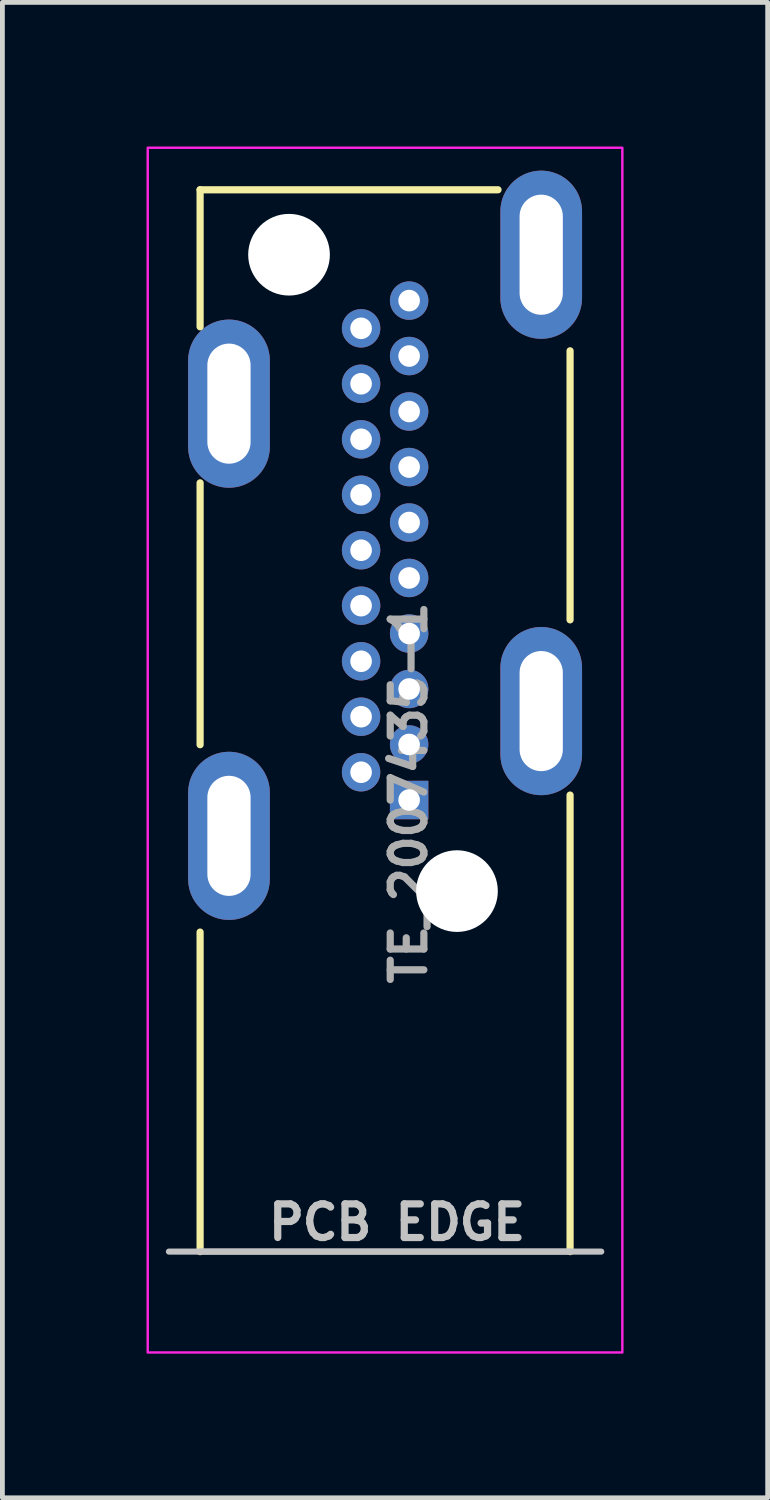
<source format=kicad_pcb>
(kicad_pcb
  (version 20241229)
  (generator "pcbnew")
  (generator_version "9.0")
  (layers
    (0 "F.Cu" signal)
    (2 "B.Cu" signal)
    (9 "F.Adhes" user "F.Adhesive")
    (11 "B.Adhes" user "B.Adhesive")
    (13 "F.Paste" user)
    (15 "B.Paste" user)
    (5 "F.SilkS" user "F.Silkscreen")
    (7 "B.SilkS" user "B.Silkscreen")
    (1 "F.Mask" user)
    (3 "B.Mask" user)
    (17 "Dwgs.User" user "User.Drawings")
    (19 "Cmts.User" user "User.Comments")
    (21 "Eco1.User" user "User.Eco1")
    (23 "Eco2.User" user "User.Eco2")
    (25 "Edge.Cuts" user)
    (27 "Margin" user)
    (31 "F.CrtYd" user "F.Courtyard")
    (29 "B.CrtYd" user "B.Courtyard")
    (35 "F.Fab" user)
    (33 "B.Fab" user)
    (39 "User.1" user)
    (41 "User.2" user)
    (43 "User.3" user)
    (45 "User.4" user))
  (footprint "TE_2007435-1"
    (layer "F.Cu")
    (at 5.466 13.602)
    (property "Reference" "TE_2007435-1" (at 0.4 3.9 270) (layer "F.Fab") (effects (font (size 0.7 0.7) (thickness 0.15)) (justify left bottom)))
    (attr through_hole)
    (fp_line (start -4.351 -12.702) (end -4.351 -9.85) (stroke (width 0.15) (type solid)) (layer "F.SilkS"))
    (fp_line (start -4.351 -12.702) (end 1.85 -12.702) (stroke (width 0.15) (type solid)) (layer "F.SilkS"))
    (fp_line (start -4.351 -6.601) (end -4.351 -1.151) (stroke (width 0.15) (type solid)) (layer "F.SilkS"))
    (fp_line (start -4.351 2.749) (end -4.351 9.4) (stroke (width 0.15) (type solid)) (layer "F.SilkS"))
    (fp_line (start 3.35 -9.35) (end 3.35 -3.75) (stroke (width 0.15) (type solid)) (layer "F.SilkS"))
    (fp_line (start 3.35 9.4) (end 3.35 -0.103) (stroke (width 0.15) (type solid)) (layer "F.SilkS"))
    (fp_line (start -5 9.4) (end 3.999 9.4) (stroke (width 0.127) (type solid)) (layer "Dwgs.User"))
    (fp_line (start -4.351 9.4) (end 3.35 9.4) (stroke (width 0.127) (type solid)) (layer "Dwgs.User"))
    (fp_line (start -4.702 -13.1) (end -4.702 -8.1) (stroke (width 0.05) (type solid)) (layer "Eco1.User"))
    (fp_line (start -4.702 -8.1) (end -4.702 10.65) (stroke (width 0.05) (type solid)) (layer "Eco1.User"))
    (fp_line (start -4.702 10.65) (end 3.749 10.65) (stroke (width 0.05) (type solid)) (layer "Eco1.User"))
    (fp_line (start 2.749 -13.1) (end -4.702 -13.1) (stroke (width 0.05) (type solid)) (layer "Eco1.User"))
    (fp_line (start 3.749 -13.1) (end 2.749 -13.1) (stroke (width 0.05) (type solid)) (layer "Eco1.User"))
    (fp_line (start 3.749 -1.7) (end 3.749 -13.1) (stroke (width 0.05) (type solid)) (layer "Eco1.User"))
    (fp_line (start 3.749 10.65) (end 3.749 -1.7) (stroke (width 0.05) (type solid)) (layer "Eco1.User"))
    (fp_line (start -4.351 -12.702) (end 3.35 -12.702) (stroke (width 0.127) (type solid)) (layer "Eco2.User"))
    (fp_line (start -4.351 10.4) (end -4.351 -12.702) (stroke (width 0.127) (type solid)) (layer "Eco2.User"))
    (fp_line (start -4.351 10.4) (end 3.35 10.4) (stroke (width 0.127) (type solid)) (layer "Eco2.User"))
    (fp_line (start 3.35 -12.702) (end 3.35 10.4) (stroke (width 0.127) (type solid)) (layer "Eco2.User"))
    (fp_rect (start -5.441 -13.577) (end 4.438 11.499) (stroke (width 0.05) (type solid)) (fill no) (layer "F.CrtYd"))
    (fp_rect (start -4.441 -12.577) (end 3.438 10.499) (stroke (width 0.1) (type solid)) (fill no) (layer "User.5"))
    (fp_line (start -4.441 0.1) (end -4.441 1.6) (stroke (width 0.02) (type solid)) (layer "User.9"))
    (fp_line (start -4.441 0.1) (end -4.127 0.1) (stroke (width 0.02) (type solid)) (layer "User.9"))
    (fp_line (start -4.372 -11.978) (end -4.372 -9.692) (stroke (width 0.02) (type solid)) (layer "User.9"))
    (fp_line (start -4.372 -9.692) (end -3.951 -9.692) (stroke (width 0.02) (type solid)) (layer "User.9"))
    (fp_line (start -4.372 -9.192) (end -4.372 -9.692) (stroke (width 0.02) (type solid)) (layer "User.9"))
    (fp_line (start -4.372 -9.192) (end -3.951 -9.192) (stroke (width 0.02) (type solid)) (layer "User.9"))
    (fp_line (start -4.371 -12.007) (end -4.372 -11.978) (stroke (width 0.02) (type solid)) (layer "User.9"))
    (fp_line (start -4.369 -12.038) (end -4.371 -12.007) (stroke (width 0.02) (type solid)) (layer "User.9"))
    (fp_line (start -4.364 -12.067) (end -4.369 -12.038) (stroke (width 0.02) (type solid)) (layer "User.9"))
    (fp_line (start -4.359 -12.096) (end -4.364 -12.067) (stroke (width 0.02) (type solid)) (layer "User.9"))
    (fp_line (start -4.353 -12.125) (end -4.359 -12.096) (stroke (width 0.02) (type solid)) (layer "User.9"))
    (fp_line (start -4.345 -12.153) (end -4.353 -12.125) (stroke (width 0.02) (type solid)) (layer "User.9"))
    (fp_line (start -4.335 -12.18) (end -4.345 -12.153) (stroke (width 0.02) (type solid)) (layer "User.9"))
    (fp_line (start -4.326 -12.208) (end -4.335 -12.18) (stroke (width 0.02) (type solid)) (layer "User.9"))
    (fp_line (start -4.313 -12.234) (end -4.326 -12.208) (stroke (width 0.02) (type solid)) (layer "User.9"))
    (fp_line (start -4.3 -12.26) (end -4.313 -12.234) (stroke (width 0.02) (type solid)) (layer "User.9"))
    (fp_line (start -4.286 -12.285) (end -4.3 -12.26) (stroke (width 0.02) (type solid)) (layer "User.9"))
    (fp_line (start -4.271 -12.311) (end -4.286 -12.285) (stroke (width 0.02) (type solid)) (layer "User.9"))
    (fp_line (start -4.254 -12.334) (end -4.271 -12.311) (stroke (width 0.02) (type solid)) (layer "User.9"))
    (fp_line (start -4.236 -12.359) (end -4.254 -12.334) (stroke (width 0.02) (type solid)) (layer "User.9"))
    (fp_line (start -4.215 -12.381) (end -4.236 -12.359) (stroke (width 0.02) (type solid)) (layer "User.9"))
    (fp_line (start -4.196 -12.403) (end -4.215 -12.381) (stroke (width 0.02) (type solid)) (layer "User.9"))
    (fp_line (start -4.196 -12.403) (end -4.196 -12.403) (stroke (width 0.02) (type solid)) (layer "User.9"))
    (fp_line (start -4.173 -12.423) (end -4.196 -12.403) (stroke (width 0.02) (type solid)) (layer "User.9"))
    (fp_line (start -4.151 -12.442) (end -4.173 -12.423) (stroke (width 0.02) (type solid)) (layer "User.9"))
    (fp_line (start -4.127 -12.461) (end -4.151 -12.442) (stroke (width 0.02) (type solid)) (layer "User.9"))
    (fp_line (start -4.127 0.1) (end -3.951 0.1) (stroke (width 0.02) (type solid)) (layer "User.9"))
    (fp_line (start -4.127 1.6) (end -4.441 1.6) (stroke (width 0.02) (type solid)) (layer "User.9"))
    (fp_line (start -4.103 -12.477) (end -4.127 -12.461) (stroke (width 0.02) (type solid)) (layer "User.9"))
    (fp_line (start -4.079 -12.493) (end -4.103 -12.477) (stroke (width 0.02) (type solid)) (layer "User.9"))
    (fp_line (start -4.053 -12.507) (end -4.079 -12.493) (stroke (width 0.02) (type solid)) (layer "User.9"))
    (fp_line (start -4.028 -12.52) (end -4.053 -12.507) (stroke (width 0.02) (type solid)) (layer "User.9"))
    (fp_line (start -4 -12.532) (end -4.028 -12.52) (stroke (width 0.02) (type solid)) (layer "User.9"))
    (fp_line (start -3.973 -12.542) (end -4 -12.532) (stroke (width 0.02) (type solid)) (layer "User.9"))
    (fp_line (start -3.951 -11.817) (end -3.95 -11.821) (stroke (width 0.02) (type solid)) (layer "User.9"))
    (fp_line (start -3.951 -11.814) (end -3.95 -11.827) (stroke (width 0.02) (type solid)) (layer "User.9"))
    (fp_line (start -3.951 -11.811) (end -3.951 -11.817) (stroke (width 0.02) (type solid)) (layer "User.9"))
    (fp_line (start -3.951 -11.807) (end -3.951 -11.811) (stroke (width 0.02) (type solid)) (layer "User.9"))
    (fp_line (start -3.951 -11.801) (end -3.951 -11.814) (stroke (width 0.02) (type solid)) (layer "User.9"))
    (fp_line (start -3.951 -11.801) (end -3.951 -11.807) (stroke (width 0.02) (type solid)) (layer "User.9"))
    (fp_line (start -3.951 -9.692) (end -3.951 -11.801) (stroke (width 0.02) (type solid)) (layer "User.9"))
    (fp_line (start -3.951 -9.692) (end -3.951 -9.299) (stroke (width 0.02) (type solid)) (layer "User.9"))
    (fp_line (start -3.951 -9.299) (end -3.951 3.398) (stroke (width 0.02) (type solid)) (layer "User.9"))
    (fp_line (start -3.951 1.6) (end -4.127 1.6) (stroke (width 0.02) (type solid)) (layer "User.9"))
    (fp_line (start -3.95 -11.827) (end -3.948 -11.831) (stroke (width 0.02) (type solid)) (layer "User.9"))
    (fp_line (start -3.95 -11.827) (end -3.947 -11.839) (stroke (width 0.02) (type solid)) (layer "User.9"))
    (fp_line (start -3.95 -11.821) (end -3.95 -11.827) (stroke (width 0.02) (type solid)) (layer "User.9"))
    (fp_line (start -3.948 -11.831) (end -3.947 -11.837) (stroke (width 0.02) (type solid)) (layer "User.9"))
    (fp_line (start -3.947 -11.842) (end -3.946 -11.846) (stroke (width 0.02) (type solid)) (layer "User.9"))
    (fp_line (start -3.947 -11.839) (end -3.944 -11.85) (stroke (width 0.02) (type solid)) (layer "User.9"))
    (fp_line (start -3.947 -11.837) (end -3.947 -11.842) (stroke (width 0.02) (type solid)) (layer "User.9"))
    (fp_line (start -3.946 -12.551) (end -3.973 -12.542) (stroke (width 0.02) (type solid)) (layer "User.9"))
    (fp_line (start -3.946 -11.846) (end -3.944 -11.852) (stroke (width 0.02) (type solid)) (layer "User.9"))
    (fp_line (start -3.944 -11.852) (end -3.943 -11.856) (stroke (width 0.02) (type solid)) (layer "User.9"))
    (fp_line (start -3.944 -11.85) (end -3.942 -11.862) (stroke (width 0.02) (type solid)) (layer "User.9"))
    (fp_line (start -3.943 -11.856) (end -3.942 -11.862) (stroke (width 0.02) (type solid)) (layer "User.9"))
    (fp_line (start -3.942 -11.862) (end -3.94 -11.865) (stroke (width 0.02) (type solid)) (layer "User.9"))
    (fp_line (start -3.942 -11.862) (end -3.938 -11.874) (stroke (width 0.02) (type solid)) (layer "User.9"))
    (fp_line (start -3.94 -11.865) (end -3.939 -11.871) (stroke (width 0.02) (type solid)) (layer "User.9"))
    (fp_line (start -3.939 -11.871) (end -3.936 -11.875) (stroke (width 0.02) (type solid)) (layer "User.9"))
    (fp_line (start -3.938 -11.874) (end -3.932 -11.885) (stroke (width 0.02) (type solid)) (layer "User.9"))
    (fp_line (start -3.936 -11.875) (end -3.935 -11.881) (stroke (width 0.02) (type solid)) (layer "User.9"))
    (fp_line (start -3.932 -11.885) (end -3.927 -11.895) (stroke (width 0.02) (type solid)) (layer "User.9"))
    (fp_line (start -3.927 -11.895) (end -3.92 -11.907) (stroke (width 0.02) (type solid)) (layer "User.9"))
    (fp_line (start -3.92 -11.907) (end -3.915 -11.917) (stroke (width 0.02) (type solid)) (layer "User.9"))
    (fp_line (start -3.918 -12.56) (end -3.946 -12.551) (stroke (width 0.02) (type solid)) (layer "User.9"))
    (fp_line (start -3.915 -11.917) (end -3.907 -11.926) (stroke (width 0.02) (type solid)) (layer "User.9"))
    (fp_line (start -3.907 -11.926) (end -3.899 -11.936) (stroke (width 0.02) (type solid)) (layer "User.9"))
    (fp_line (start -3.899 -11.936) (end -3.89 -11.945) (stroke (width 0.02) (type solid)) (layer "User.9"))
    (fp_line (start -3.89 -11.945) (end -3.88 -11.953) (stroke (width 0.02) (type solid)) (layer "User.9"))
    (fp_line (start -3.888 -12.567) (end -3.918 -12.56) (stroke (width 0.02) (type solid)) (layer "User.9"))
    (fp_line (start -3.88 -11.953) (end -3.871 -11.961) (stroke (width 0.02) (type solid)) (layer "User.9"))
    (fp_line (start -3.871 -11.961) (end -3.86 -11.968) (stroke (width 0.02) (type solid)) (layer "User.9"))
    (fp_line (start -3.86 -12) (end -3.86 -11.968) (stroke (width 0.02) (type solid)) (layer "User.9"))
    (fp_line (start -3.859 -12.571) (end -3.888 -12.567) (stroke (width 0.02) (type solid)) (layer "User.9"))
    (fp_line (start -3.83 -12.574) (end -3.859 -12.571) (stroke (width 0.02) (type solid)) (layer "User.9"))
    (fp_line (start -3.801 -12.577) (end -3.83 -12.574) (stroke (width 0.02) (type solid)) (layer "User.9"))
    (fp_line (start -3.77 -12.577) (end -3.801 -12.577) (stroke (width 0.02) (type solid)) (layer "User.9"))
    (fp_line (start -3.757 -12) (end -3.86 -12) (stroke (width 0.02) (type solid)) (layer "User.9"))
    (fp_line (start -3.757 3.398) (end -3.951 3.398) (stroke (width 0.02) (type solid)) (layer "User.9"))
    (fp_line (start -3.701 -12.577) (end -3.77 -12.577) (stroke (width 0.02) (type solid)) (layer "User.9"))
    (fp_line (start -3.701 -12.577) (end -3.552 -12.577) (stroke (width 0.02) (type solid)) (layer "User.9"))
    (fp_line (start -3.576 1.499) (end -3.576 1.969) (stroke (width 0.02) (type solid)) (layer "User.9"))
    (fp_line (start -3.576 1.969) (end -3.176 3.068) (stroke (width 0.02) (type solid)) (layer "User.9"))
    (fp_line (start -3.552 -12.577) (end -3.378 -12.577) (stroke (width 0.02) (type solid)) (layer "User.9"))
    (fp_line (start -3.5 3.7) (end -3.5 3.398) (stroke (width 0.02) (type solid)) (layer "User.9"))
    (fp_line (start -3.5 3.7) (end -3.448 3.805) (stroke (width 0.02) (type solid)) (layer "User.9"))
    (fp_line (start -3.448 3.805) (end -3.176 4.349) (stroke (width 0.02) (type solid)) (layer "User.9"))
    (fp_line (start -3.378 -12.577) (end -3.202 -12.577) (stroke (width 0.02) (type solid)) (layer "User.9"))
    (fp_line (start -3.322 3.7) (end -3.5 3.7) (stroke (width 0.02) (type solid)) (layer "User.9"))
    (fp_line (start -3.283 -12) (end -3.757 -12) (stroke (width 0.02) (type solid)) (layer "User.9"))
    (fp_line (start -3.283 3.398) (end -3.757 3.398) (stroke (width 0.02) (type solid)) (layer "User.9"))
    (fp_line (start -3.283 3.398) (end -3.176 3.398) (stroke (width 0.02) (type solid)) (layer "User.9"))
    (fp_line (start -3.233 9.076) (end -3.176 8.986) (stroke (width 0.02) (type solid)) (layer "User.9"))
    (fp_line (start -3.233 9.076) (end -3.176 9.111) (stroke (width 0.02) (type solid)) (layer "User.9"))
    (fp_line (start -3.202 -12.577) (end -3.202 -12.343) (stroke (width 0.02) (type solid)) (layer "User.9"))
    (fp_line (start -3.202 -12.577) (end 2.2 -12.577) (stroke (width 0.02) (type solid)) (layer "User.9"))
    (fp_line (start -3.202 -12.343) (end -3.202 -6.479) (stroke (width 0.02) (type solid)) (layer "User.9"))
    (fp_line (start -3.202 -12) (end -3.283 -12) (stroke (width 0.02) (type solid)) (layer "User.9"))
    (fp_line (start -3.202 -6.479) (end -3.202 -5.848) (stroke (width 0.02) (type solid)) (layer "User.9"))
    (fp_line (start -3.2 -6.42) (end -3.202 -6.479) (stroke (width 0.02) (type solid)) (layer "User.9"))
    (fp_line (start -3.2 -5.789) (end -3.202 -5.848) (stroke (width 0.02) (type solid)) (layer "User.9"))
    (fp_line (start -3.194 -6.361) (end -3.2 -6.42) (stroke (width 0.02) (type solid)) (layer "User.9"))
    (fp_line (start -3.194 -5.729) (end -3.2 -5.789) (stroke (width 0.02) (type solid)) (layer "User.9"))
    (fp_line (start -3.189 -6.303) (end -3.194 -6.361) (stroke (width 0.02) (type solid)) (layer "User.9"))
    (fp_line (start -3.189 -5.67) (end -3.194 -5.729) (stroke (width 0.02) (type solid)) (layer "User.9"))
    (fp_line (start -3.18 -6.244) (end -3.189 -6.303) (stroke (width 0.02) (type solid)) (layer "User.9"))
    (fp_line (start -3.18 -5.612) (end -3.189 -5.67) (stroke (width 0.02) (type solid)) (layer "User.9"))
    (fp_line (start -3.176 -5.595) (end -3.176 10.499) (stroke (width 0.02) (type solid)) (layer "User.9"))
    (fp_line (start -3.176 1.499) (end -3.576 1.499) (stroke (width 0.02) (type solid)) (layer "User.9"))
    (fp_line (start -3.176 3.7) (end -3.322 3.7) (stroke (width 0.02) (type solid)) (layer "User.9"))
    (fp_line (start -3.168 -6.186) (end -3.18 -6.244) (stroke (width 0.02) (type solid)) (layer "User.9"))
    (fp_line (start -3.168 -5.555) (end -3.18 -5.612) (stroke (width 0.02) (type solid)) (layer "User.9"))
    (fp_line (start -3.153 -6.13) (end -3.168 -6.186) (stroke (width 0.02) (type solid)) (layer "User.9"))
    (fp_line (start -3.153 -5.499) (end -3.168 -5.555) (stroke (width 0.02) (type solid)) (layer "User.9"))
    (fp_line (start -3.137 -6.074) (end -3.153 -6.13) (stroke (width 0.02) (type solid)) (layer "User.9"))
    (fp_line (start -3.137 -5.441) (end -3.153 -5.499) (stroke (width 0.02) (type solid)) (layer "User.9"))
    (fp_line (start -3.117 -6.018) (end -3.137 -6.074) (stroke (width 0.02) (type solid)) (layer "User.9"))
    (fp_line (start -3.117 -5.385) (end -3.137 -5.441) (stroke (width 0.02) (type solid)) (layer "User.9"))
    (fp_line (start -3.093 -5.962) (end -3.117 -6.018) (stroke (width 0.02) (type solid)) (layer "User.9"))
    (fp_line (start -3.093 -5.33) (end -3.117 -5.385) (stroke (width 0.02) (type solid)) (layer "User.9"))
    (fp_line (start -3.068 -5.907) (end -3.093 -5.962) (stroke (width 0.02) (type solid)) (layer "User.9"))
    (fp_line (start -3.068 -5.276) (end -3.093 -5.33) (stroke (width 0.02) (type solid)) (layer "User.9"))
    (fp_line (start -3.04 -5.853) (end -3.068 -5.907) (stroke (width 0.02) (type solid)) (layer "User.9"))
    (fp_line (start -3.04 -5.221) (end -3.068 -5.276) (stroke (width 0.02) (type solid)) (layer "User.9"))
    (fp_line (start -3.008 -5.8) (end -3.04 -5.853) (stroke (width 0.02) (type solid)) (layer "User.9"))
    (fp_line (start -3.008 -5.169) (end -3.04 -5.221) (stroke (width 0.02) (type solid)) (layer "User.9"))
    (fp_line (start -2.975 -5.747) (end -3.008 -5.8) (stroke (width 0.02) (type solid)) (layer "User.9"))
    (fp_line (start -2.975 -5.116) (end -3.008 -5.169) (stroke (width 0.02) (type solid)) (layer "User.9"))
    (fp_line (start -2.936 -5.696) (end -2.975 -5.747) (stroke (width 0.02) (type solid)) (layer "User.9"))
    (fp_line (start -2.936 -5.063) (end -2.975 -5.116) (stroke (width 0.02) (type solid)) (layer "User.9"))
    (fp_line (start -2.895 -5.643) (end -2.936 -5.696) (stroke (width 0.02) (type solid)) (layer "User.9"))
    (fp_line (start -2.895 -5.013) (end -2.936 -5.063) (stroke (width 0.02) (type solid)) (layer "User.9"))
    (fp_line (start -2.884 10.499) (end -3.176 10.499) (stroke (width 0.02) (type solid)) (layer "User.9"))
    (fp_line (start -2.851 -5.593) (end -2.895 -5.643) (stroke (width 0.02) (type solid)) (layer "User.9"))
    (fp_line (start -2.851 -5.593) (end -1.75 -4.412) (stroke (width 0.02) (type solid)) (layer "User.9"))
    (fp_line (start -2.851 -4.962) (end -2.895 -5.013) (stroke (width 0.02) (type solid)) (layer "User.9"))
    (fp_line (start -2.851 -4.962) (end -1.75 -3.781) (stroke (width 0.02) (type solid)) (layer "User.9"))
    (fp_line (start -2.044 10.499) (end -2.884 10.499) (stroke (width 0.02) (type solid)) (layer "User.9"))
    (fp_line (start -1.877 10.499) (end -2.044 10.499) (stroke (width 0.02) (type solid)) (layer "User.9"))
    (fp_line (start -1.768 10.499) (end -1.877 10.499) (stroke (width 0.02) (type solid)) (layer "User.9"))
    (fp_line (start -1.75 -3.781) (end -1.75 -4.412) (stroke (width 0.02) (type solid)) (layer "User.9"))
    (fp_line (start -1.742 -4.388) (end -1.75 -4.412) (stroke (width 0.02) (type solid)) (layer "User.9"))
    (fp_line (start -1.732 -4.366) (end -1.742 -4.388) (stroke (width 0.02) (type solid)) (layer "User.9"))
    (fp_line (start -1.722 -4.343) (end -1.732 -4.366) (stroke (width 0.02) (type solid)) (layer "User.9"))
    (fp_line (start -1.71 -4.319) (end -1.722 -4.343) (stroke (width 0.02) (type solid)) (layer "User.9"))
    (fp_line (start -1.698 -4.297) (end -1.71 -4.319) (stroke (width 0.02) (type solid)) (layer "User.9"))
    (fp_line (start -1.686 -4.274) (end -1.698 -4.297) (stroke (width 0.02) (type solid)) (layer "User.9"))
    (fp_line (start -1.672 -4.252) (end -1.686 -4.274) (stroke (width 0.02) (type solid)) (layer "User.9"))
    (fp_line (start -1.657 -4.231) (end -1.672 -4.252) (stroke (width 0.02) (type solid)) (layer "User.9"))
    (fp_line (start -1.641 -4.21) (end -1.657 -4.231) (stroke (width 0.02) (type solid)) (layer "User.9"))
    (fp_line (start -1.627 -4.188) (end -1.641 -4.21) (stroke (width 0.02) (type solid)) (layer "User.9"))
    (fp_line (start -1.609 -4.167) (end -1.627 -4.188) (stroke (width 0.02) (type solid)) (layer "User.9"))
    (fp_line (start -1.593 -4.146) (end -1.609 -4.167) (stroke (width 0.02) (type solid)) (layer "User.9"))
    (fp_line (start -1.575 -4.127) (end -1.593 -4.146) (stroke (width 0.02) (type solid)) (layer "User.9"))
    (fp_line (start -1.555 -4.106) (end -1.575 -4.127) (stroke (width 0.02) (type solid)) (layer "User.9"))
    (fp_line (start -1.536 -4.087) (end -1.555 -4.106) (stroke (width 0.02) (type solid)) (layer "User.9"))
    (fp_line (start -1.516 -4.066) (end -1.536 -4.087) (stroke (width 0.02) (type solid)) (layer "User.9"))
    (fp_line (start -1.516 -4.066) (end -1.393 -3.955) (stroke (width 0.02) (type solid)) (layer "User.9"))
    (fp_line (start -1.442 10.499) (end -1.768 10.499) (stroke (width 0.02) (type solid)) (layer "User.9"))
    (fp_line (start -1.442 10.499) (end -1.442 10.499) (stroke (width 0.02) (type solid)) (layer "User.9"))
    (fp_line (start -1.393 -3.955) (end -1.248 -3.819) (stroke (width 0.02) (type solid)) (layer "User.9"))
    (fp_line (start -1.248 -3.819) (end -0.91 -3.501) (stroke (width 0.02) (type solid)) (layer "User.9"))
    (fp_line (start -0.91 10.499) (end -1.442 10.499) (stroke (width 0.02) (type solid)) (layer "User.9"))
    (fp_line (start -0.49 5.084) (end -0.489 5.068) (stroke (width 0.02) (type solid)) (layer "User.9"))
    (fp_line (start -0.49 5.099) (end -0.49 5.084) (stroke (width 0.02) (type solid)) (layer "User.9"))
    (fp_line (start -0.49 5.099) (end -0.49 8.823) (stroke (width 0.02) (type solid)) (layer "User.9"))
    (fp_line (start -0.49 8.833) (end -0.49 8.823) (stroke (width 0.02) (type solid)) (layer "User.9"))
    (fp_line (start -0.49 8.833) (end -0.49 8.823) (stroke (width 0.02) (type solid)) (layer "User.9"))
    (fp_line (start -0.49 8.84) (end -0.49 8.833) (stroke (width 0.02) (type solid)) (layer "User.9"))
    (fp_line (start -0.49 8.84) (end -0.49 8.833) (stroke (width 0.02) (type solid)) (layer "User.9"))
    (fp_line (start -0.489 5.068) (end -0.487 5.054) (stroke (width 0.02) (type solid)) (layer "User.9"))
    (fp_line (start -0.488 8.849) (end -0.49 8.84) (stroke (width 0.02) (type solid)) (layer "User.9"))
    (fp_line (start -0.488 8.849) (end -0.49 8.84) (stroke (width 0.02) (type solid)) (layer "User.9"))
    (fp_line (start -0.487 5.054) (end -0.484 5.038) (stroke (width 0.02) (type solid)) (layer "User.9"))
    (fp_line (start -0.487 8.858) (end -0.488 8.849) (stroke (width 0.02) (type solid)) (layer "User.9"))
    (fp_line (start -0.487 8.858) (end -0.488 8.849) (stroke (width 0.02) (type solid)) (layer "User.9"))
    (fp_line (start -0.485 8.867) (end -0.487 8.858) (stroke (width 0.02) (type solid)) (layer "User.9"))
    (fp_line (start -0.485 8.867) (end -0.487 8.858) (stroke (width 0.02) (type solid)) (layer "User.9"))
    (fp_line (start -0.484 5.038) (end -0.481 5.025) (stroke (width 0.02) (type solid)) (layer "User.9"))
    (fp_line (start -0.483 8.875) (end -0.485 8.867) (stroke (width 0.02) (type solid)) (layer "User.9"))
    (fp_line (start -0.483 8.875) (end -0.485 8.867) (stroke (width 0.02) (type solid)) (layer "User.9"))
    (fp_line (start -0.481 5.025) (end -0.478 5.009) (stroke (width 0.02) (type solid)) (layer "User.9"))
    (fp_line (start -0.48 8.884) (end -0.483 8.875) (stroke (width 0.02) (type solid)) (layer "User.9"))
    (fp_line (start -0.48 8.884) (end -0.483 8.875) (stroke (width 0.02) (type solid)) (layer "User.9"))
    (fp_line (start -0.478 5.009) (end -0.473 4.996) (stroke (width 0.02) (type solid)) (layer "User.9"))
    (fp_line (start -0.478 8.891) (end -0.48 8.884) (stroke (width 0.02) (type solid)) (layer "User.9"))
    (fp_line (start -0.478 8.891) (end -0.48 8.884) (stroke (width 0.02) (type solid)) (layer "User.9"))
    (fp_line (start -0.474 8.9) (end -0.478 8.891) (stroke (width 0.02) (type solid)) (layer "User.9"))
    (fp_line (start -0.474 8.9) (end -0.478 8.891) (stroke (width 0.02) (type solid)) (layer "User.9"))
    (fp_line (start -0.473 4.996) (end -0.468 4.983) (stroke (width 0.02) (type solid)) (layer "User.9"))
    (fp_line (start -0.47 8.906) (end -0.474 8.9) (stroke (width 0.02) (type solid)) (layer "User.9"))
    (fp_line (start -0.47 8.906) (end -0.474 8.9) (stroke (width 0.02) (type solid)) (layer "User.9"))
    (fp_line (start -0.468 4.983) (end -0.462 4.969) (stroke (width 0.02) (type solid)) (layer "User.9"))
    (fp_line (start -0.466 8.913) (end -0.47 8.906) (stroke (width 0.02) (type solid)) (layer "User.9"))
    (fp_line (start -0.466 8.913) (end -0.47 8.906) (stroke (width 0.02) (type solid)) (layer "User.9"))
    (fp_line (start -0.462 4.969) (end -0.455 4.956) (stroke (width 0.02) (type solid)) (layer "User.9"))
    (fp_line (start -0.462 8.922) (end -0.466 8.913) (stroke (width 0.02) (type solid)) (layer "User.9"))
    (fp_line (start -0.462 8.922) (end -0.466 8.913) (stroke (width 0.02) (type solid)) (layer "User.9"))
    (fp_line (start -0.457 8.929) (end -0.462 8.922) (stroke (width 0.02) (type solid)) (layer "User.9"))
    (fp_line (start -0.457 8.929) (end -0.462 8.922) (stroke (width 0.02) (type solid)) (layer "User.9"))
    (fp_line (start -0.455 4.956) (end -0.447 4.943) (stroke (width 0.02) (type solid)) (layer "User.9"))
    (fp_line (start -0.452 8.935) (end -0.457 8.929) (stroke (width 0.02) (type solid)) (layer "User.9"))
    (fp_line (start -0.452 8.935) (end -0.457 8.929) (stroke (width 0.02) (type solid)) (layer "User.9"))
    (fp_line (start -0.447 4.943) (end -0.439 4.932) (stroke (width 0.02) (type solid)) (layer "User.9"))
    (fp_line (start -0.445 8.941) (end -0.452 8.935) (stroke (width 0.02) (type solid)) (layer "User.9"))
    (fp_line (start -0.445 8.941) (end -0.452 8.935) (stroke (width 0.02) (type solid)) (layer "User.9"))
    (fp_line (start -0.439 4.932) (end -0.431 4.919) (stroke (width 0.02) (type solid)) (layer "User.9"))
    (fp_line (start -0.439 8.948) (end -0.445 8.941) (stroke (width 0.02) (type solid)) (layer "User.9"))
    (fp_line (start -0.439 8.948) (end -0.445 8.941) (stroke (width 0.02) (type solid)) (layer "User.9"))
    (fp_line (start -0.433 8.952) (end -0.439 8.948) (stroke (width 0.02) (type solid)) (layer "User.9"))
    (fp_line (start -0.433 8.952) (end -0.439 8.948) (stroke (width 0.02) (type solid)) (layer "User.9"))
    (fp_line (start -0.431 4.919) (end -0.422 4.908) (stroke (width 0.02) (type solid)) (layer "User.9"))
    (fp_line (start -0.427 8.958) (end -0.433 8.952) (stroke (width 0.02) (type solid)) (layer "User.9"))
    (fp_line (start -0.427 8.958) (end -0.433 8.952) (stroke (width 0.02) (type solid)) (layer "User.9"))
    (fp_line (start -0.422 4.908) (end -0.414 4.897) (stroke (width 0.02) (type solid)) (layer "User.9"))
    (fp_line (start -0.42 8.964) (end -0.427 8.958) (stroke (width 0.02) (type solid)) (layer "User.9"))
    (fp_line (start -0.42 8.964) (end -0.427 8.958) (stroke (width 0.02) (type solid)) (layer "User.9"))
    (fp_line (start -0.414 4.897) (end -0.404 4.887) (stroke (width 0.02) (type solid)) (layer "User.9"))
    (fp_line (start -0.414 8.968) (end -0.42 8.964) (stroke (width 0.02) (type solid)) (layer "User.9"))
    (fp_line (start -0.414 8.968) (end -0.42 8.964) (stroke (width 0.02) (type solid)) (layer "User.9"))
    (fp_line (start -0.407 8.974) (end -0.414 8.968) (stroke (width 0.02) (type solid)) (layer "User.9"))
    (fp_line (start -0.407 8.974) (end -0.414 8.968) (stroke (width 0.02) (type solid)) (layer "User.9"))
    (fp_line (start -0.404 4.887) (end -0.393 4.876) (stroke (width 0.02) (type solid)) (layer "User.9"))
    (fp_line (start -0.4 8.977) (end -0.407 8.974) (stroke (width 0.02) (type solid)) (layer "User.9"))
    (fp_line (start -0.4 8.977) (end -0.407 8.974) (stroke (width 0.02) (type solid)) (layer "User.9"))
    (fp_line (start -0.393 4.876) (end -0.381 4.868) (stroke (width 0.02) (type solid)) (layer "User.9"))
    (fp_line (start -0.392 8.981) (end -0.4 8.977) (stroke (width 0.02) (type solid)) (layer "User.9"))
    (fp_line (start -0.392 8.981) (end -0.4 8.977) (stroke (width 0.02) (type solid)) (layer "User.9"))
    (fp_line (start -0.384 8.984) (end -0.392 8.981) (stroke (width 0.02) (type solid)) (layer "User.9"))
    (fp_line (start -0.384 8.984) (end -0.392 8.981) (stroke (width 0.02) (type solid)) (layer "User.9"))
    (fp_line (start -0.381 4.868) (end -0.37 4.858) (stroke (width 0.02) (type solid)) (layer "User.9"))
    (fp_line (start -0.376 8.989) (end -0.384 8.984) (stroke (width 0.02) (type solid)) (layer "User.9"))
    (fp_line (start -0.376 8.989) (end -0.384 8.984) (stroke (width 0.02) (type solid)) (layer "User.9"))
    (fp_line (start -0.37 4.858) (end -0.358 4.85) (stroke (width 0.02) (type solid)) (layer "User.9"))
    (fp_line (start -0.368 8.99) (end -0.376 8.989) (stroke (width 0.02) (type solid)) (layer "User.9"))
    (fp_line (start -0.368 8.99) (end -0.376 8.989) (stroke (width 0.02) (type solid)) (layer "User.9"))
    (fp_line (start -0.359 8.993) (end -0.368 8.99) (stroke (width 0.02) (type solid)) (layer "User.9"))
    (fp_line (start -0.359 8.993) (end -0.368 8.99) (stroke (width 0.02) (type solid)) (layer "User.9"))
    (fp_line (start -0.358 4.85) (end -0.347 4.842) (stroke (width 0.02) (type solid)) (layer "User.9"))
    (fp_line (start -0.352 8.996) (end -0.359 8.993) (stroke (width 0.02) (type solid)) (layer "User.9"))
    (fp_line (start -0.352 8.996) (end -0.359 8.993) (stroke (width 0.02) (type solid)) (layer "User.9"))
    (fp_line (start -0.347 4.842) (end -0.334 4.836) (stroke (width 0.02) (type solid)) (layer "User.9"))
    (fp_line (start -0.343 8.996) (end -0.352 8.996) (stroke (width 0.02) (type solid)) (layer "User.9"))
    (fp_line (start -0.343 8.996) (end -0.352 8.996) (stroke (width 0.02) (type solid)) (layer "User.9"))
    (fp_line (start -0.334 4.836) (end -0.322 4.828) (stroke (width 0.02) (type solid)) (layer "User.9"))
    (fp_line (start -0.334 8.999) (end -0.343 8.996) (stroke (width 0.02) (type solid)) (layer "User.9"))
    (fp_line (start -0.334 8.999) (end -0.343 8.996) (stroke (width 0.02) (type solid)) (layer "User.9"))
    (fp_line (start -0.326 8.999) (end -0.334 8.999) (stroke (width 0.02) (type solid)) (layer "User.9"))
    (fp_line (start -0.326 8.999) (end -0.334 8.999) (stroke (width 0.02) (type solid)) (layer "User.9"))
    (fp_line (start -0.322 4.828) (end -0.307 4.823) (stroke (width 0.02) (type solid)) (layer "User.9"))
    (fp_line (start -0.316 8.999) (end -0.326 8.999) (stroke (width 0.02) (type solid)) (layer "User.9"))
    (fp_line (start -0.316 8.999) (end -0.326 8.999) (stroke (width 0.02) (type solid)) (layer "User.9"))
    (fp_line (start -0.316 8.999) (end -0.316 8.999) (stroke (width 0.02) (type solid)) (layer "User.9"))
    (fp_line (start -0.316 8.999) (end -0.316 8.999) (stroke (width 0.02) (type solid)) (layer "User.9"))
    (fp_line (start -0.315 7.531) (end -0.315 7.466) (stroke (width 0.02) (type solid)) (layer "User.9"))
    (fp_line (start -0.315 7.531) (end -0.299 7.531) (stroke (width 0.02) (type solid)) (layer "User.9"))
    (fp_line (start -0.315 8.365) (end -0.301 8.365) (stroke (width 0.02) (type solid)) (layer "User.9"))
    (fp_line (start -0.315 8.499) (end -0.49 8.499) (stroke (width 0.02) (type solid)) (layer "User.9"))
    (fp_line (start -0.315 8.499) (end -0.301 8.499) (stroke (width 0.02) (type solid)) (layer "User.9"))
    (fp_line (start -0.307 4.823) (end -0.294 4.818) (stroke (width 0.02) (type solid)) (layer "User.9"))
    (fp_line (start -0.306 8.999) (end -0.316 8.999) (stroke (width 0.02) (type solid)) (layer "User.9"))
    (fp_line (start -0.306 8.999) (end -0.316 8.999) (stroke (width 0.02) (type solid)) (layer "User.9"))
    (fp_line (start -0.301 8.365) (end -0.287 8.365) (stroke (width 0.02) (type solid)) (layer "User.9"))
    (fp_line (start -0.301 8.499) (end -0.287 8.496) (stroke (width 0.02) (type solid)) (layer "User.9"))
    (fp_line (start -0.299 7.531) (end -0.283 7.531) (stroke (width 0.02) (type solid)) (layer "User.9"))
    (fp_line (start -0.298 8.999) (end -0.306 8.999) (stroke (width 0.02) (type solid)) (layer "User.9"))
    (fp_line (start -0.298 8.999) (end -0.306 8.999) (stroke (width 0.02) (type solid)) (layer "User.9"))
    (fp_line (start -0.294 4.818) (end -0.281 4.812) (stroke (width 0.02) (type solid)) (layer "User.9"))
    (fp_line (start -0.289 8.997) (end -0.298 8.999) (stroke (width 0.02) (type solid)) (layer "User.9"))
    (fp_line (start -0.289 8.997) (end -0.298 8.999) (stroke (width 0.02) (type solid)) (layer "User.9"))
    (fp_line (start -0.287 8.365) (end -0.273 8.364) (stroke (width 0.02) (type solid)) (layer "User.9"))
    (fp_line (start -0.287 8.496) (end -0.273 8.495) (stroke (width 0.02) (type solid)) (layer "User.9"))
    (fp_line (start -0.283 7.531) (end -0.267 7.53) (stroke (width 0.02) (type solid)) (layer "User.9"))
    (fp_line (start -0.281 4.812) (end -0.266 4.809) (stroke (width 0.02) (type solid)) (layer "User.9"))
    (fp_line (start -0.281 8.996) (end -0.289 8.997) (stroke (width 0.02) (type solid)) (layer "User.9"))
    (fp_line (start -0.281 8.996) (end -0.289 8.997) (stroke (width 0.02) (type solid)) (layer "User.9"))
    (fp_line (start -0.273 8.364) (end -0.259 8.362) (stroke (width 0.02) (type solid)) (layer "User.9"))
    (fp_line (start -0.273 8.495) (end -0.259 8.49) (stroke (width 0.02) (type solid)) (layer "User.9"))
    (fp_line (start -0.273 8.993) (end -0.281 8.996) (stroke (width 0.02) (type solid)) (layer "User.9"))
    (fp_line (start -0.273 8.993) (end -0.281 8.996) (stroke (width 0.02) (type solid)) (layer "User.9"))
    (fp_line (start -0.267 7.53) (end -0.251 7.528) (stroke (width 0.02) (type solid)) (layer "User.9"))
    (fp_line (start -0.266 4.809) (end -0.251 4.805) (stroke (width 0.02) (type solid)) (layer "User.9"))
    (fp_line (start -0.264 8.992) (end -0.273 8.993) (stroke (width 0.02) (type solid)) (layer "User.9"))
    (fp_line (start -0.264 8.992) (end -0.273 8.993) (stroke (width 0.02) (type solid)) (layer "User.9"))
    (fp_line (start -0.259 8.362) (end -0.244 8.361) (stroke (width 0.02) (type solid)) (layer "User.9"))
    (fp_line (start -0.259 8.49) (end -0.245 8.486) (stroke (width 0.02) (type solid)) (layer "User.9"))
    (fp_line (start -0.255 8.989) (end -0.264 8.992) (stroke (width 0.02) (type solid)) (layer "User.9"))
    (fp_line (start -0.255 8.989) (end -0.264 8.992) (stroke (width 0.02) (type solid)) (layer "User.9"))
    (fp_line (start -0.251 4.805) (end -0.237 4.802) (stroke (width 0.02) (type solid)) (layer "User.9"))
    (fp_line (start -0.251 7.528) (end -0.237 7.525) (stroke (width 0.02) (type solid)) (layer "User.9"))
    (fp_line (start -0.247 8.986) (end -0.255 8.989) (stroke (width 0.02) (type solid)) (layer "User.9"))
    (fp_line (start -0.247 8.986) (end -0.255 8.989) (stroke (width 0.02) (type solid)) (layer "User.9"))
    (fp_line (start -0.245 8.486) (end -0.233 8.48) (stroke (width 0.02) (type solid)) (layer "User.9"))
    (fp_line (start -0.244 8.361) (end -0.232 8.358) (stroke (width 0.02) (type solid)) (layer "User.9"))
    (fp_line (start -0.24 8.983) (end -0.247 8.986) (stroke (width 0.02) (type solid)) (layer "User.9"))
    (fp_line (start -0.24 8.983) (end -0.247 8.986) (stroke (width 0.02) (type solid)) (layer "User.9"))
    (fp_line (start -0.237 4.802) (end -0.221 4.801) (stroke (width 0.02) (type solid)) (layer "User.9"))
    (fp_line (start -0.237 7.525) (end -0.221 7.523) (stroke (width 0.02) (type solid)) (layer "User.9"))
    (fp_line (start -0.233 8.48) (end -0.219 8.474) (stroke (width 0.02) (type solid)) (layer "User.9"))
    (fp_line (start -0.233 8.979) (end -0.24 8.983) (stroke (width 0.02) (type solid)) (layer "User.9"))
    (fp_line (start -0.233 8.979) (end -0.24 8.983) (stroke (width 0.02) (type solid)) (layer "User.9"))
    (fp_line (start -0.232 8.358) (end -0.219 8.356) (stroke (width 0.02) (type solid)) (layer "User.9"))
    (fp_line (start -0.224 8.974) (end -0.233 8.979) (stroke (width 0.02) (type solid)) (layer "User.9"))
    (fp_line (start -0.224 8.974) (end -0.233 8.979) (stroke (width 0.02) (type solid)) (layer "User.9"))
    (fp_line (start -0.221 4.801) (end -0.207 4.799) (stroke (width 0.02) (type solid)) (layer "User.9"))
    (fp_line (start -0.221 7.523) (end -0.209 7.52) (stroke (width 0.02) (type solid)) (layer "User.9"))
    (fp_line (start -0.219 8.356) (end -0.207 8.355) (stroke (width 0.02) (type solid)) (layer "User.9"))
    (fp_line (start -0.219 8.474) (end -0.208 8.467) (stroke (width 0.02) (type solid)) (layer "User.9"))
    (fp_line (start -0.217 8.97) (end -0.224 8.974) (stroke (width 0.02) (type solid)) (layer "User.9"))
    (fp_line (start -0.217 8.97) (end -0.224 8.974) (stroke (width 0.02) (type solid)) (layer "User.9"))
    (fp_line (start -0.21 8.964) (end -0.217 8.97) (stroke (width 0.02) (type solid)) (layer "User.9"))
    (fp_line (start -0.21 8.964) (end -0.217 8.97) (stroke (width 0.02) (type solid)) (layer "User.9"))
    (fp_line (start -0.209 7.52) (end -0.195 7.517) (stroke (width 0.02) (type solid)) (layer "User.9"))
    (fp_line (start -0.208 8.467) (end -0.196 8.458) (stroke (width 0.02) (type solid)) (layer "User.9"))
    (fp_line (start -0.207 4.799) (end -0.19 4.799) (stroke (width 0.02) (type solid)) (layer "User.9"))
    (fp_line (start -0.207 8.355) (end -0.196 8.352) (stroke (width 0.02) (type solid)) (layer "User.9"))
    (fp_line (start -0.205 8.96) (end -0.21 8.964) (stroke (width 0.02) (type solid)) (layer "User.9"))
    (fp_line (start -0.205 8.96) (end -0.21 8.964) (stroke (width 0.02) (type solid)) (layer "User.9"))
    (fp_line (start -0.198 8.954) (end -0.205 8.96) (stroke (width 0.02) (type solid)) (layer "User.9"))
    (fp_line (start -0.198 8.954) (end -0.205 8.96) (stroke (width 0.02) (type solid)) (layer "User.9"))
    (fp_line (start -0.196 8.352) (end -0.184 8.349) (stroke (width 0.02) (type solid)) (layer "User.9"))
    (fp_line (start -0.196 8.458) (end -0.184 8.451) (stroke (width 0.02) (type solid)) (layer "User.9"))
    (fp_line (start -0.195 7.517) (end -0.182 7.515) (stroke (width 0.02) (type solid)) (layer "User.9"))
    (fp_line (start -0.191 8.948) (end -0.198 8.954) (stroke (width 0.02) (type solid)) (layer "User.9"))
    (fp_line (start -0.191 8.948) (end -0.198 8.954) (stroke (width 0.02) (type solid)) (layer "User.9"))
    (fp_line (start -0.185 8.942) (end -0.191 8.948) (stroke (width 0.02) (type solid)) (layer "User.9"))
    (fp_line (start -0.185 8.942) (end -0.191 8.948) (stroke (width 0.02) (type solid)) (layer "User.9"))
    (fp_line (start -0.184 8.349) (end -0.174 8.345) (stroke (width 0.02) (type solid)) (layer "User.9"))
    (fp_line (start -0.184 8.451) (end -0.175 8.441) (stroke (width 0.02) (type solid)) (layer "User.9"))
    (fp_line (start -0.182 7.515) (end -0.172 7.51) (stroke (width 0.02) (type solid)) (layer "User.9"))
    (fp_line (start -0.18 8.936) (end -0.185 8.942) (stroke (width 0.02) (type solid)) (layer "User.9"))
    (fp_line (start -0.18 8.936) (end -0.185 8.942) (stroke (width 0.02) (type solid)) (layer "User.9"))
    (fp_line (start -0.175 8.441) (end -0.165 8.431) (stroke (width 0.02) (type solid)) (layer "User.9"))
    (fp_line (start -0.175 8.929) (end -0.18 8.936) (stroke (width 0.02) (type solid)) (layer "User.9"))
    (fp_line (start -0.175 8.929) (end -0.18 8.936) (stroke (width 0.02) (type solid)) (layer "User.9"))
    (fp_line (start -0.174 8.345) (end -0.165 8.342) (stroke (width 0.02) (type solid)) (layer "User.9"))
    (fp_line (start -0.172 7.51) (end -0.16 7.507) (stroke (width 0.02) (type solid)) (layer "User.9"))
    (fp_line (start -0.17 8.922) (end -0.175 8.929) (stroke (width 0.02) (type solid)) (layer "User.9"))
    (fp_line (start -0.17 8.922) (end -0.175 8.929) (stroke (width 0.02) (type solid)) (layer "User.9"))
    (fp_line (start -0.166 8.916) (end -0.17 8.922) (stroke (width 0.02) (type solid)) (layer "User.9"))
    (fp_line (start -0.166 8.916) (end -0.17 8.922) (stroke (width 0.02) (type solid)) (layer "User.9"))
    (fp_line (start -0.165 8.342) (end -0.155 8.339) (stroke (width 0.02) (type solid)) (layer "User.9"))
    (fp_line (start -0.165 8.431) (end -0.155 8.419) (stroke (width 0.02) (type solid)) (layer "User.9"))
    (fp_line (start -0.162 8.909) (end -0.166 8.916) (stroke (width 0.02) (type solid)) (layer "User.9"))
    (fp_line (start -0.162 8.909) (end -0.166 8.916) (stroke (width 0.02) (type solid)) (layer "User.9"))
    (fp_line (start -0.16 7.507) (end -0.15 7.502) (stroke (width 0.02) (type solid)) (layer "User.9"))
    (fp_line (start -0.157 8.9) (end -0.162 8.909) (stroke (width 0.02) (type solid)) (layer "User.9"))
    (fp_line (start -0.157 8.9) (end -0.162 8.909) (stroke (width 0.02) (type solid)) (layer "User.9"))
    (fp_line (start -0.155 8.339) (end -0.146 8.335) (stroke (width 0.02) (type solid)) (layer "User.9"))
    (fp_line (start -0.155 8.419) (end -0.147 8.407) (stroke (width 0.02) (type solid)) (layer "User.9"))
    (fp_line (start -0.153 8.893) (end -0.157 8.9) (stroke (width 0.02) (type solid)) (layer "User.9"))
    (fp_line (start -0.153 8.893) (end -0.157 8.9) (stroke (width 0.02) (type solid)) (layer "User.9"))
    (fp_line (start -0.15 7.502) (end -0.143 7.498) (stroke (width 0.02) (type solid)) (layer "User.9"))
    (fp_line (start -0.15 8.886) (end -0.153 8.893) (stroke (width 0.02) (type solid)) (layer "User.9"))
    (fp_line (start -0.15 8.886) (end -0.153 8.893) (stroke (width 0.02) (type solid)) (layer "User.9"))
    (fp_line (start -0.147 8.407) (end -0.141 8.394) (stroke (width 0.02) (type solid)) (layer "User.9"))
    (fp_line (start -0.147 8.877) (end -0.15 8.886) (stroke (width 0.02) (type solid)) (layer "User.9"))
    (fp_line (start -0.147 8.877) (end -0.15 8.886) (stroke (width 0.02) (type solid)) (layer "User.9"))
    (fp_line (start -0.146 8.335) (end -0.14 8.33) (stroke (width 0.02) (type solid)) (layer "User.9"))
    (fp_line (start -0.145 8.868) (end -0.147 8.877) (stroke (width 0.02) (type solid)) (layer "User.9"))
    (fp_line (start -0.145 8.868) (end -0.147 8.877) (stroke (width 0.02) (type solid)) (layer "User.9"))
    (fp_line (start -0.143 7.498) (end -0.135 7.493) (stroke (width 0.02) (type solid)) (layer "User.9"))
    (fp_line (start -0.143 8.861) (end -0.145 8.868) (stroke (width 0.02) (type solid)) (layer "User.9"))
    (fp_line (start -0.143 8.861) (end -0.145 8.868) (stroke (width 0.02) (type solid)) (layer "User.9"))
    (fp_line (start -0.142 8.852) (end -0.143 8.861) (stroke (width 0.02) (type solid)) (layer "User.9"))
    (fp_line (start -0.142 8.852) (end -0.143 8.861) (stroke (width 0.02) (type solid)) (layer "User.9"))
    (fp_line (start -0.141 8.394) (end -0.134 8.381) (stroke (width 0.02) (type solid)) (layer "User.9"))
    (fp_line (start -0.141 8.842) (end -0.142 8.852) (stroke (width 0.02) (type solid)) (layer "User.9"))
    (fp_line (start -0.141 8.842) (end -0.142 8.852) (stroke (width 0.02) (type solid)) (layer "User.9"))
    (fp_line (start -0.14 8.33) (end -0.134 8.326) (stroke (width 0.02) (type solid)) (layer "User.9"))
    (fp_line (start -0.14 8.835) (end -0.141 8.842) (stroke (width 0.02) (type solid)) (layer "User.9"))
    (fp_line (start -0.14 8.835) (end -0.141 8.842) (stroke (width 0.02) (type solid)) (layer "User.9"))
    (fp_line (start -0.139 8.826) (end -0.14 8.835) (stroke (width 0.02) (type solid)) (layer "User.9"))
    (fp_line (start -0.139 8.826) (end -0.14 8.835) (stroke (width 0.02) (type solid)) (layer "User.9"))
    (fp_line (start -0.139 8.826) (end -0.114 6.629) (stroke (width 0.02) (type solid)) (layer "User.9"))
    (fp_line (start -0.135 7.493) (end -0.128 7.488) (stroke (width 0.02) (type solid)) (layer "User.9"))
    (fp_line (start -0.128 7.488) (end -0.123 7.483) (stroke (width 0.02) (type solid)) (layer "User.9"))
    (fp_line (start -0.117 4.799) (end -0.117 6.858) (stroke (width 0.02) (type solid)) (layer "User.9"))
    (fp_line (start -0.11 6.349) (end -0.114 6.629) (stroke (width 0.02) (type solid)) (layer "User.9"))
    (fp_line (start -0.11 6.349) (end -0.101 5.528) (stroke (width 0.02) (type solid)) (layer "User.9"))
    (fp_line (start -0.101 5.517) (end -0.101 5.528) (stroke (width 0.02) (type solid)) (layer "User.9"))
    (fp_line (start -0.1 5.509) (end -0.101 5.517) (stroke (width 0.02) (type solid)) (layer "User.9"))
    (fp_line (start -0.099 5.32) (end -0.101 5.528) (stroke (width 0.02) (type solid)) (layer "User.9"))
    (fp_line (start -0.099 5.32) (end -0.098 5.312) (stroke (width 0.02) (type solid)) (layer "User.9"))
    (fp_line (start -0.099 5.499) (end -0.1 5.509) (stroke (width 0.02) (type solid)) (layer "User.9"))
    (fp_line (start -0.098 5.302) (end -0.096 5.294) (stroke (width 0.02) (type solid)) (layer "User.9"))
    (fp_line (start -0.098 5.312) (end -0.098 5.302) (stroke (width 0.02) (type solid)) (layer "User.9"))
    (fp_line (start -0.096 5.294) (end -0.094 5.285) (stroke (width 0.02) (type solid)) (layer "User.9"))
    (fp_line (start -0.096 5.491) (end -0.099 5.499) (stroke (width 0.02) (type solid)) (layer "User.9"))
    (fp_line (start -0.094 5.285) (end -0.092 5.275) (stroke (width 0.02) (type solid)) (layer "User.9"))
    (fp_line (start -0.094 5.482) (end -0.096 5.491) (stroke (width 0.02) (type solid)) (layer "User.9"))
    (fp_line (start -0.092 5.275) (end -0.089 5.267) (stroke (width 0.02) (type solid)) (layer "User.9"))
    (fp_line (start -0.091 5.472) (end -0.094 5.482) (stroke (width 0.02) (type solid)) (layer "User.9"))
    (fp_line (start -0.089 5.267) (end -0.087 5.259) (stroke (width 0.02) (type solid)) (layer "User.9"))
    (fp_line (start -0.088 5.464) (end -0.091 5.472) (stroke (width 0.02) (type solid)) (layer "User.9"))
    (fp_line (start -0.087 5.259) (end -0.083 5.251) (stroke (width 0.02) (type solid)) (layer "User.9"))
    (fp_line (start -0.085 5.456) (end -0.088 5.464) (stroke (width 0.02) (type solid)) (layer "User.9"))
    (fp_line (start -0.083 5.251) (end -0.078 5.243) (stroke (width 0.02) (type solid)) (layer "User.9"))
    (fp_line (start -0.08 5.448) (end -0.085 5.456) (stroke (width 0.02) (type solid)) (layer "User.9"))
    (fp_line (start -0.078 5.243) (end -0.073 5.235) (stroke (width 0.02) (type solid)) (layer "User.9"))
    (fp_line (start -0.076 5.44) (end -0.08 5.448) (stroke (width 0.02) (type solid)) (layer "User.9"))
    (fp_line (start -0.073 5.235) (end -0.069 5.227) (stroke (width 0.02) (type solid)) (layer "User.9"))
    (fp_line (start -0.072 5.432) (end -0.076 5.44) (stroke (width 0.02) (type solid)) (layer "User.9"))
    (fp_line (start -0.069 5.227) (end -0.063 5.22) (stroke (width 0.02) (type solid)) (layer "User.9"))
    (fp_line (start -0.067 5.426) (end -0.072 5.432) (stroke (width 0.02) (type solid)) (layer "User.9"))
    (fp_line (start -0.063 5.22) (end -0.058 5.214) (stroke (width 0.02) (type solid)) (layer "User.9"))
    (fp_line (start -0.06 5.419) (end -0.067 5.426) (stroke (width 0.02) (type solid)) (layer "User.9"))
    (fp_line (start -0.059 4.799) (end -0.059 5.214) (stroke (width 0.02) (type solid)) (layer "User.9"))
    (fp_line (start -0.058 5.214) (end -0.052 5.206) (stroke (width 0.02) (type solid)) (layer "User.9"))
    (fp_line (start -0.054 5.411) (end -0.06 5.419) (stroke (width 0.02) (type solid)) (layer "User.9"))
    (fp_line (start -0.052 5.206) (end -0.045 5.201) (stroke (width 0.02) (type solid)) (layer "User.9"))
    (fp_line (start -0.047 5.405) (end -0.054 5.411) (stroke (width 0.02) (type solid)) (layer "User.9"))
    (fp_line (start -0.045 5.201) (end -0.038 5.195) (stroke (width 0.02) (type solid)) (layer "User.9"))
    (fp_line (start -0.042 5.398) (end -0.047 5.405) (stroke (width 0.02) (type solid)) (layer "User.9"))
    (fp_line (start -0.038 5.195) (end -0.031 5.188) (stroke (width 0.02) (type solid)) (layer "User.9"))
    (fp_line (start -0.035 5.392) (end -0.042 5.398) (stroke (width 0.02) (type solid)) (layer "User.9"))
    (fp_line (start -0.031 5.188) (end -0.024 5.182) (stroke (width 0.02) (type solid)) (layer "User.9"))
    (fp_line (start -0.027 5.387) (end -0.035 5.392) (stroke (width 0.02) (type solid)) (layer "User.9"))
    (fp_line (start -0.024 5.182) (end -0.016 5.177) (stroke (width 0.02) (type solid)) (layer "User.9"))
    (fp_line (start -0.019 5.381) (end -0.027 5.387) (stroke (width 0.02) (type solid)) (layer "User.9"))
    (fp_line (start -0.016 5.177) (end -0.008 5.172) (stroke (width 0.02) (type solid)) (layer "User.9"))
    (fp_line (start -0.011 5.376) (end -0.019 5.381) (stroke (width 0.02) (type solid)) (layer "User.9"))
    (fp_line (start -0.008 5.172) (end 0 5.169) (stroke (width 0.02) (type solid)) (layer "User.9"))
    (fp_line (start -0.002 5.373) (end -0.011 5.376) (stroke (width 0.02) (type solid)) (layer "User.9"))
    (fp_line (start 0 5.169) (end 0.009 5.163) (stroke (width 0.02) (type solid)) (layer "User.9"))
    (fp_line (start 0.006 5.368) (end -0.002 5.373) (stroke (width 0.02) (type solid)) (layer "User.9"))
    (fp_line (start 0.009 5.163) (end 0.017 5.16) (stroke (width 0.02) (type solid)) (layer "User.9"))
    (fp_line (start 0.014 5.365) (end 0.006 5.368) (stroke (width 0.02) (type solid)) (layer "User.9"))
    (fp_line (start 0.017 5.16) (end 0.026 5.156) (stroke (width 0.02) (type solid)) (layer "User.9"))
    (fp_line (start 0.022 5.36) (end 0.014 5.365) (stroke (width 0.02) (type solid)) (layer "User.9"))
    (fp_line (start 0.026 5.156) (end 0.035 5.153) (stroke (width 0.02) (type solid)) (layer "User.9"))
    (fp_line (start 0.033 5.358) (end 0.022 5.36) (stroke (width 0.02) (type solid)) (layer "User.9"))
    (fp_line (start 0.035 5.153) (end 0.043 5.15) (stroke (width 0.02) (type solid)) (layer "User.9"))
    (fp_line (start 0.042 5.355) (end 0.033 5.358) (stroke (width 0.02) (type solid)) (layer "User.9"))
    (fp_line (start 0.043 5.15) (end 0.053 5.148) (stroke (width 0.02) (type solid)) (layer "User.9"))
    (fp_line (start 0.051 5.352) (end 0.042 5.355) (stroke (width 0.02) (type solid)) (layer "User.9"))
    (fp_line (start 0.053 5.148) (end 0.062 5.147) (stroke (width 0.02) (type solid)) (layer "User.9"))
    (fp_line (start 0.06 5.35) (end 0.051 5.352) (stroke (width 0.02) (type solid)) (layer "User.9"))
    (fp_line (start 0.062 5.147) (end 0.072 5.145) (stroke (width 0.02) (type solid)) (layer "User.9"))
    (fp_line (start 0.07 5.35) (end 0.06 5.35) (stroke (width 0.02) (type solid)) (layer "User.9"))
    (fp_line (start 0.072 5.145) (end 0.083 5.145) (stroke (width 0.02) (type solid)) (layer "User.9"))
    (fp_line (start 0.08 5.349) (end 0.07 5.35) (stroke (width 0.02) (type solid)) (layer "User.9"))
    (fp_line (start 0.083 5.145) (end 0.092 5.144) (stroke (width 0.02) (type solid)) (layer "User.9"))
    (fp_line (start 0.089 5.347) (end 0.08 5.349) (stroke (width 0.02) (type solid)) (layer "User.9"))
    (fp_line (start 0.092 5.144) (end 0.103 5.144) (stroke (width 0.02) (type solid)) (layer "User.9"))
    (fp_line (start 0.1 5.347) (end 0.089 5.347) (stroke (width 0.02) (type solid)) (layer "User.9"))
    (fp_line (start 0.1 5.347) (end 0.318 5.347) (stroke (width 0.02) (type solid)) (layer "User.9"))
    (fp_line (start 0.103 5.144) (end 0.315 5.144) (stroke (width 0.02) (type solid)) (layer "User.9"))
    (fp_line (start 0.315 5.144) (end 0.326 5.144) (stroke (width 0.02) (type solid)) (layer "User.9"))
    (fp_line (start 0.326 5.144) (end 0.336 5.145) (stroke (width 0.02) (type solid)) (layer "User.9"))
    (fp_line (start 0.329 5.347) (end 0.318 5.347) (stroke (width 0.02) (type solid)) (layer "User.9"))
    (fp_line (start 0.336 5.145) (end 0.346 5.145) (stroke (width 0.02) (type solid)) (layer "User.9"))
    (fp_line (start 0.339 5.349) (end 0.329 5.347) (stroke (width 0.02) (type solid)) (layer "User.9"))
    (fp_line (start 0.346 5.145) (end 0.355 5.147) (stroke (width 0.02) (type solid)) (layer "User.9"))
    (fp_line (start 0.349 5.35) (end 0.339 5.349) (stroke (width 0.02) (type solid)) (layer "User.9"))
    (fp_line (start 0.355 5.147) (end 0.364 5.148) (stroke (width 0.02) (type solid)) (layer "User.9"))
    (fp_line (start 0.357 5.35) (end 0.349 5.35) (stroke (width 0.02) (type solid)) (layer "User.9"))
    (fp_line (start 0.364 5.148) (end 0.374 5.15) (stroke (width 0.02) (type solid)) (layer "User.9"))
    (fp_line (start 0.367 5.352) (end 0.357 5.35) (stroke (width 0.02) (type solid)) (layer "User.9"))
    (fp_line (start 0.374 5.15) (end 0.384 5.153) (stroke (width 0.02) (type solid)) (layer "User.9"))
    (fp_line (start 0.376 5.355) (end 0.367 5.352) (stroke (width 0.02) (type solid)) (layer "User.9"))
    (fp_line (start 0.384 5.153) (end 0.393 5.156) (stroke (width 0.02) (type solid)) (layer "User.9"))
    (fp_line (start 0.386 5.358) (end 0.376 5.355) (stroke (width 0.02) (type solid)) (layer "User.9"))
    (fp_line (start 0.393 5.156) (end 0.402 5.16) (stroke (width 0.02) (type solid)) (layer "User.9"))
    (fp_line (start 0.396 5.36) (end 0.386 5.358) (stroke (width 0.02) (type solid)) (layer "User.9"))
    (fp_line (start 0.402 5.16) (end 0.41 5.163) (stroke (width 0.02) (type solid)) (layer "User.9"))
    (fp_line (start 0.404 5.365) (end 0.396 5.36) (stroke (width 0.02) (type solid)) (layer "User.9"))
    (fp_line (start 0.41 5.163) (end 0.418 5.169) (stroke (width 0.02) (type solid)) (layer "User.9"))
    (fp_line (start 0.413 5.368) (end 0.404 5.365) (stroke (width 0.02) (type solid)) (layer "User.9"))
    (fp_line (start 0.418 5.169) (end 0.426 5.172) (stroke (width 0.02) (type solid)) (layer "User.9"))
    (fp_line (start 0.42 5.373) (end 0.413 5.368) (stroke (width 0.02) (type solid)) (layer "User.9"))
    (fp_line (start 0.426 5.172) (end 0.434 5.177) (stroke (width 0.02) (type solid)) (layer "User.9"))
    (fp_line (start 0.429 5.376) (end 0.42 5.373) (stroke (width 0.02) (type solid)) (layer "User.9"))
    (fp_line (start 0.434 5.177) (end 0.442 5.182) (stroke (width 0.02) (type solid)) (layer "User.9"))
    (fp_line (start 0.437 5.381) (end 0.429 5.376) (stroke (width 0.02) (type solid)) (layer "User.9"))
    (fp_line (start 0.442 5.182) (end 0.45 5.188) (stroke (width 0.02) (type solid)) (layer "User.9"))
    (fp_line (start 0.444 5.387) (end 0.437 5.381) (stroke (width 0.02) (type solid)) (layer "User.9"))
    (fp_line (start 0.45 5.188) (end 0.457 5.195) (stroke (width 0.02) (type solid)) (layer "User.9"))
    (fp_line (start 0.453 5.392) (end 0.444 5.387) (stroke (width 0.02) (type solid)) (layer "User.9"))
    (fp_line (start 0.457 5.195) (end 0.464 5.201) (stroke (width 0.02) (type solid)) (layer "User.9"))
    (fp_line (start 0.46 5.398) (end 0.453 5.392) (stroke (width 0.02) (type solid)) (layer "User.9"))
    (fp_line (start 0.464 5.201) (end 0.47 5.206) (stroke (width 0.02) (type solid)) (layer "User.9"))
    (fp_line (start 0.466 5.405) (end 0.46 5.398) (stroke (width 0.02) (type solid)) (layer "User.9"))
    (fp_line (start 0.47 5.206) (end 0.476 5.214) (stroke (width 0.02) (type solid)) (layer "User.9"))
    (fp_line (start 0.473 5.411) (end 0.466 5.405) (stroke (width 0.02) (type solid)) (layer "User.9"))
    (fp_line (start 0.476 5.214) (end 0.481 5.22) (stroke (width 0.02) (type solid)) (layer "User.9"))
    (fp_line (start 0.479 5.419) (end 0.473 5.411) (stroke (width 0.02) (type solid)) (layer "User.9"))
    (fp_line (start 0.481 5.22) (end 0.486 5.227) (stroke (width 0.02) (type solid)) (layer "User.9"))
    (fp_line (start 0.484 5.426) (end 0.479 5.419) (stroke (width 0.02) (type solid)) (layer "User.9"))
    (fp_line (start 0.486 5.227) (end 0.491 5.235) (stroke (width 0.02) (type solid)) (layer "User.9"))
    (fp_line (start 0.489 5.432) (end 0.484 5.426) (stroke (width 0.02) (type solid)) (layer "User.9"))
    (fp_line (start 0.491 5.235) (end 0.496 5.243) (stroke (width 0.02) (type solid)) (layer "User.9"))
    (fp_line (start 0.494 5.44) (end 0.489 5.432) (stroke (width 0.02) (type solid)) (layer "User.9"))
    (fp_line (start 0.496 5.243) (end 0.5 5.251) (stroke (width 0.02) (type solid)) (layer "User.9"))
    (fp_line (start 0.498 5.448) (end 0.494 5.44) (stroke (width 0.02) (type solid)) (layer "User.9"))
    (fp_line (start 0.5 5.251) (end 0.504 5.259) (stroke (width 0.02) (type solid)) (layer "User.9"))
    (fp_line (start 0.502 5.456) (end 0.498 5.448) (stroke (width 0.02) (type solid)) (layer "User.9"))
    (fp_line (start 0.504 5.259) (end 0.507 5.267) (stroke (width 0.02) (type solid)) (layer "User.9"))
    (fp_line (start 0.506 5.464) (end 0.502 5.456) (stroke (width 0.02) (type solid)) (layer "User.9"))
    (fp_line (start 0.507 5.267) (end 0.51 5.275) (stroke (width 0.02) (type solid)) (layer "User.9"))
    (fp_line (start 0.509 5.472) (end 0.506 5.464) (stroke (width 0.02) (type solid)) (layer "User.9"))
    (fp_line (start 0.51 5.275) (end 0.513 5.285) (stroke (width 0.02) (type solid)) (layer "User.9"))
    (fp_line (start 0.513 5.285) (end 0.515 5.294) (stroke (width 0.02) (type solid)) (layer "User.9"))
    (fp_line (start 0.513 5.482) (end 0.509 5.472) (stroke (width 0.02) (type solid)) (layer "User.9"))
    (fp_line (start 0.515 5.294) (end 0.516 5.302) (stroke (width 0.02) (type solid)) (layer "User.9"))
    (fp_line (start 0.515 5.491) (end 0.513 5.482) (stroke (width 0.02) (type solid)) (layer "User.9"))
    (fp_line (start 0.516 5.302) (end 0.516 5.312) (stroke (width 0.02) (type solid)) (layer "User.9"))
    (fp_line (start 0.516 5.312) (end 0.517 5.32) (stroke (width 0.02) (type solid)) (layer "User.9"))
    (fp_line (start 0.517 5.32) (end 0.519 5.528) (stroke (width 0.02) (type solid)) (layer "User.9"))
    (fp_line (start 0.517 5.32) (end 0.53 6.509) (stroke (width 0.02) (type solid)) (layer "User.9"))
    (fp_line (start 0.517 5.499) (end 0.515 5.491) (stroke (width 0.02) (type solid)) (layer "User.9"))
    (fp_line (start 0.518 5.509) (end 0.517 5.499) (stroke (width 0.02) (type solid)) (layer "User.9"))
    (fp_line (start 0.519 5.517) (end 0.518 5.509) (stroke (width 0.02) (type solid)) (layer "User.9"))
    (fp_line (start 0.519 5.528) (end 0.517 5.32) (stroke (width 0.02) (type solid)) (layer "User.9"))
    (fp_line (start 0.519 5.528) (end 0.519 5.517) (stroke (width 0.02) (type solid)) (layer "User.9"))
    (fp_line (start 0.529 6.349) (end 0.519 5.528) (stroke (width 0.02) (type solid)) (layer "User.9"))
    (fp_line (start 0.529 6.349) (end 0.532 6.629) (stroke (width 0.02) (type solid)) (layer "User.9"))
    (fp_line (start 0.532 6.629) (end 0.53 6.509) (stroke (width 0.02) (type solid)) (layer "User.9"))
    (fp_line (start 0.532 6.629) (end 0.557 8.826) (stroke (width 0.02) (type solid)) (layer "User.9"))
    (fp_line (start 0.541 7.374) (end 0.637 7.422) (stroke (width 0.02) (type solid)) (layer "User.9"))
    (fp_line (start 0.543 7.554) (end 0.55 7.547) (stroke (width 0.02) (type solid)) (layer "User.9"))
    (fp_line (start 0.55 7.547) (end 0.557 7.539) (stroke (width 0.02) (type solid)) (layer "User.9"))
    (fp_line (start 0.557 7.539) (end 0.564 7.531) (stroke (width 0.02) (type solid)) (layer "User.9"))
    (fp_line (start 0.558 8.835) (end 0.557 8.826) (stroke (width 0.02) (type solid)) (layer "User.9"))
    (fp_line (start 0.558 8.835) (end 0.557 8.826) (stroke (width 0.02) (type solid)) (layer "User.9"))
    (fp_line (start 0.559 8.842) (end 0.558 8.835) (stroke (width 0.02) (type solid)) (layer "User.9"))
    (fp_line (start 0.559 8.842) (end 0.558 8.835) (stroke (width 0.02) (type solid)) (layer "User.9"))
    (fp_line (start 0.56 8.852) (end 0.559 8.842) (stroke (width 0.02) (type solid)) (layer "User.9"))
    (fp_line (start 0.56 8.852) (end 0.559 8.842) (stroke (width 0.02) (type solid)) (layer "User.9"))
    (fp_line (start 0.561 8.861) (end 0.56 8.852) (stroke (width 0.02) (type solid)) (layer "User.9"))
    (fp_line (start 0.561 8.861) (end 0.56 8.852) (stroke (width 0.02) (type solid)) (layer "User.9"))
    (fp_line (start 0.563 8.868) (end 0.561 8.861) (stroke (width 0.02) (type solid)) (layer "User.9"))
    (fp_line (start 0.563 8.868) (end 0.561 8.861) (stroke (width 0.02) (type solid)) (layer "User.9"))
    (fp_line (start 0.564 7.531) (end 0.57 7.525) (stroke (width 0.02) (type solid)) (layer "User.9"))
    (fp_line (start 0.566 8.877) (end 0.563 8.868) (stroke (width 0.02) (type solid)) (layer "User.9"))
    (fp_line (start 0.566 8.877) (end 0.563 8.868) (stroke (width 0.02) (type solid)) (layer "User.9"))
    (fp_line (start 0.569 8.886) (end 0.566 8.877) (stroke (width 0.02) (type solid)) (layer "User.9"))
    (fp_line (start 0.569 8.886) (end 0.566 8.877) (stroke (width 0.02) (type solid)) (layer "User.9"))
    (fp_line (start 0.57 7.525) (end 0.576 7.517) (stroke (width 0.02) (type solid)) (layer "User.9"))
    (fp_line (start 0.572 8.893) (end 0.569 8.886) (stroke (width 0.02) (type solid)) (layer "User.9"))
    (fp_line (start 0.572 8.893) (end 0.569 8.886) (stroke (width 0.02) (type solid)) (layer "User.9"))
    (fp_line (start 0.576 7.517) (end 0.582 7.509) (stroke (width 0.02) (type solid)) (layer "User.9"))
    (fp_line (start 0.576 8.9) (end 0.572 8.893) (stroke (width 0.02) (type solid)) (layer "User.9"))
    (fp_line (start 0.576 8.9) (end 0.572 8.893) (stroke (width 0.02) (type solid)) (layer "User.9"))
    (fp_line (start 0.578 8.909) (end 0.576 8.9) (stroke (width 0.02) (type solid)) (layer "User.9"))
    (fp_line (start 0.578 8.909) (end 0.576 8.9) (stroke (width 0.02) (type solid)) (layer "User.9"))
    (fp_line (start 0.582 7.509) (end 0.588 7.501) (stroke (width 0.02) (type solid)) (layer "User.9"))
    (fp_line (start 0.583 8.916) (end 0.578 8.909) (stroke (width 0.02) (type solid)) (layer "User.9"))
    (fp_line (start 0.583 8.916) (end 0.578 8.909) (stroke (width 0.02) (type solid)) (layer "User.9"))
    (fp_line (start 0.587 8.922) (end 0.583 8.916) (stroke (width 0.02) (type solid)) (layer "User.9"))
    (fp_line (start 0.587 8.922) (end 0.583 8.916) (stroke (width 0.02) (type solid)) (layer "User.9"))
    (fp_line (start 0.588 7.501) (end 0.595 7.493) (stroke (width 0.02) (type solid)) (layer "User.9"))
    (fp_line (start 0.592 8.929) (end 0.587 8.922) (stroke (width 0.02) (type solid)) (layer "User.9"))
    (fp_line (start 0.592 8.929) (end 0.587 8.922) (stroke (width 0.02) (type solid)) (layer "User.9"))
    (fp_line (start 0.595 7.493) (end 0.6 7.483) (stroke (width 0.02) (type solid)) (layer "User.9"))
    (fp_line (start 0.598 8.936) (end 0.592 8.929) (stroke (width 0.02) (type solid)) (layer "User.9"))
    (fp_line (start 0.598 8.936) (end 0.592 8.929) (stroke (width 0.02) (type solid)) (layer "User.9"))
    (fp_line (start 0.6 7.483) (end 0.606 7.475) (stroke (width 0.02) (type solid)) (layer "User.9"))
    (fp_line (start 0.603 8.942) (end 0.598 8.936) (stroke (width 0.02) (type solid)) (layer "User.9"))
    (fp_line (start 0.603 8.942) (end 0.598 8.936) (stroke (width 0.02) (type solid)) (layer "User.9"))
    (fp_line (start 0.606 7.475) (end 0.612 7.467) (stroke (width 0.02) (type solid)) (layer "User.9"))
    (fp_line (start 0.608 4.799) (end -0.19 4.799) (stroke (width 0.02) (type solid)) (layer "User.9"))
    (fp_line (start 0.608 4.799) (end 0.624 4.799) (stroke (width 0.02) (type solid)) (layer "User.9"))
    (fp_line (start 0.608 4.799) (end 0.624 4.799) (stroke (width 0.02) (type solid)) (layer "User.9"))
    (fp_line (start 0.609 8.948) (end 0.603 8.942) (stroke (width 0.02) (type solid)) (layer "User.9"))
    (fp_line (start 0.609 8.948) (end 0.603 8.942) (stroke (width 0.02) (type solid)) (layer "User.9"))
    (fp_line (start 0.612 7.467) (end 0.617 7.459) (stroke (width 0.02) (type solid)) (layer "User.9"))
    (fp_line (start 0.615 8.954) (end 0.609 8.948) (stroke (width 0.02) (type solid)) (layer "User.9"))
    (fp_line (start 0.615 8.954) (end 0.609 8.948) (stroke (width 0.02) (type solid)) (layer "User.9"))
    (fp_line (start 0.617 7.459) (end 0.622 7.45) (stroke (width 0.02) (type solid)) (layer "User.9"))
    (fp_line (start 0.622 7.45) (end 0.627 7.44) (stroke (width 0.02) (type solid)) (layer "User.9"))
    (fp_line (start 0.622 8.96) (end 0.615 8.954) (stroke (width 0.02) (type solid)) (layer "User.9"))
    (fp_line (start 0.622 8.96) (end 0.615 8.954) (stroke (width 0.02) (type solid)) (layer "User.9"))
    (fp_line (start 0.624 4.799) (end 0.64 4.801) (stroke (width 0.02) (type solid)) (layer "User.9"))
    (fp_line (start 0.624 4.799) (end 0.64 4.801) (stroke (width 0.02) (type solid)) (layer "User.9"))
    (fp_line (start 0.627 7.44) (end 0.632 7.432) (stroke (width 0.02) (type solid)) (layer "User.9"))
    (fp_line (start 0.628 8.964) (end 0.622 8.96) (stroke (width 0.02) (type solid)) (layer "User.9"))
    (fp_line (start 0.628 8.964) (end 0.622 8.96) (stroke (width 0.02) (type solid)) (layer "User.9"))
    (fp_line (start 0.632 7.432) (end 0.637 7.422) (stroke (width 0.02) (type solid)) (layer "User.9"))
    (fp_line (start 0.635 8.97) (end 0.628 8.964) (stroke (width 0.02) (type solid)) (layer "User.9"))
    (fp_line (start 0.635 8.97) (end 0.628 8.964) (stroke (width 0.02) (type solid)) (layer "User.9"))
    (fp_line (start 0.637 7.422) (end 0.91 6.879) (stroke (width 0.02) (type solid)) (layer "User.9"))
    (fp_line (start 0.64 4.801) (end 0.655 4.802) (stroke (width 0.02) (type solid)) (layer "User.9"))
    (fp_line (start 0.64 4.801) (end 0.655 4.802) (stroke (width 0.02) (type solid)) (layer "User.9"))
    (fp_line (start 0.643 8.974) (end 0.635 8.97) (stroke (width 0.02) (type solid)) (layer "User.9"))
    (fp_line (start 0.643 8.974) (end 0.635 8.97) (stroke (width 0.02) (type solid)) (layer "User.9"))
    (fp_line (start 0.651 8.979) (end 0.643 8.974) (stroke (width 0.02) (type solid)) (layer "User.9"))
    (fp_line (start 0.651 8.979) (end 0.643 8.974) (stroke (width 0.02) (type solid)) (layer "User.9"))
    (fp_line (start 0.655 4.802) (end 0.67 4.805) (stroke (width 0.02) (type solid)) (layer "User.9"))
    (fp_line (start 0.655 4.802) (end 0.67 4.805) (stroke (width 0.02) (type solid)) (layer "User.9"))
    (fp_line (start 0.658 8.983) (end 0.651 8.979) (stroke (width 0.02) (type solid)) (layer "User.9"))
    (fp_line (start 0.658 8.983) (end 0.651 8.979) (stroke (width 0.02) (type solid)) (layer "User.9"))
    (fp_line (start 0.666 8.986) (end 0.658 8.983) (stroke (width 0.02) (type solid)) (layer "User.9"))
    (fp_line (start 0.666 8.986) (end 0.658 8.983) (stroke (width 0.02) (type solid)) (layer "User.9"))
    (fp_line (start 0.67 4.805) (end 0.684 4.809) (stroke (width 0.02) (type solid)) (layer "User.9"))
    (fp_line (start 0.67 4.805) (end 0.684 4.809) (stroke (width 0.02) (type solid)) (layer "User.9"))
    (fp_line (start 0.674 8.989) (end 0.666 8.986) (stroke (width 0.02) (type solid)) (layer "User.9"))
    (fp_line (start 0.674 8.989) (end 0.666 8.986) (stroke (width 0.02) (type solid)) (layer "User.9"))
    (fp_line (start 0.682 8.992) (end 0.674 8.989) (stroke (width 0.02) (type solid)) (layer "User.9"))
    (fp_line (start 0.682 8.992) (end 0.674 8.989) (stroke (width 0.02) (type solid)) (layer "User.9"))
    (fp_line (start 0.684 4.809) (end 0.699 4.812) (stroke (width 0.02) (type solid)) (layer "User.9"))
    (fp_line (start 0.684 4.809) (end 0.699 4.812) (stroke (width 0.02) (type solid)) (layer "User.9"))
    (fp_line (start 0.691 8.993) (end 0.682 8.992) (stroke (width 0.02) (type solid)) (layer "User.9"))
    (fp_line (start 0.691 8.993) (end 0.682 8.992) (stroke (width 0.02) (type solid)) (layer "User.9"))
    (fp_line (start 0.699 4.812) (end 0.712 4.818) (stroke (width 0.02) (type solid)) (layer "User.9"))
    (fp_line (start 0.699 4.812) (end 0.712 4.818) (stroke (width 0.02) (type solid)) (layer "User.9"))
    (fp_line (start 0.699 8.996) (end 0.691 8.993) (stroke (width 0.02) (type solid)) (layer "User.9"))
    (fp_line (start 0.699 8.996) (end 0.691 8.993) (stroke (width 0.02) (type solid)) (layer "User.9"))
    (fp_line (start 0.707 8.997) (end 0.699 8.996) (stroke (width 0.02) (type solid)) (layer "User.9"))
    (fp_line (start 0.707 8.997) (end 0.699 8.996) (stroke (width 0.02) (type solid)) (layer "User.9"))
    (fp_line (start 0.712 4.818) (end 0.725 4.823) (stroke (width 0.02) (type solid)) (layer "User.9"))
    (fp_line (start 0.712 4.818) (end 0.725 4.823) (stroke (width 0.02) (type solid)) (layer "User.9"))
    (fp_line (start 0.716 8.999) (end 0.707 8.997) (stroke (width 0.02) (type solid)) (layer "User.9"))
    (fp_line (start 0.716 8.999) (end 0.707 8.997) (stroke (width 0.02) (type solid)) (layer "User.9"))
    (fp_line (start 0.724 8.999) (end 0.716 8.999) (stroke (width 0.02) (type solid)) (layer "User.9"))
    (fp_line (start 0.724 8.999) (end 0.716 8.999) (stroke (width 0.02) (type solid)) (layer "User.9"))
    (fp_line (start 0.725 4.823) (end 0.739 4.828) (stroke (width 0.02) (type solid)) (layer "User.9"))
    (fp_line (start 0.725 4.823) (end 0.739 4.828) (stroke (width 0.02) (type solid)) (layer "User.9"))
    (fp_line (start 0.733 8.999) (end 0.724 8.999) (stroke (width 0.02) (type solid)) (layer "User.9"))
    (fp_line (start 0.733 8.999) (end 0.724 8.999) (stroke (width 0.02) (type solid)) (layer "User.9"))
    (fp_line (start 0.733 8.999) (end 0.733 8.999) (stroke (width 0.02) (type solid)) (layer "User.9"))
    (fp_line (start 0.733 8.999) (end 0.733 8.999) (stroke (width 0.02) (type solid)) (layer "User.9"))
    (fp_line (start 0.739 4.828) (end 0.751 4.836) (stroke (width 0.02) (type solid)) (layer "User.9"))
    (fp_line (start 0.739 4.828) (end 0.751 4.836) (stroke (width 0.02) (type solid)) (layer "User.9"))
    (fp_line (start 0.743 8.999) (end 0.733 8.999) (stroke (width 0.02) (type solid)) (layer "User.9"))
    (fp_line (start 0.743 8.999) (end 0.733 8.999) (stroke (width 0.02) (type solid)) (layer "User.9"))
    (fp_line (start 0.751 4.836) (end 0.764 4.842) (stroke (width 0.02) (type solid)) (layer "User.9"))
    (fp_line (start 0.751 4.836) (end 0.764 4.842) (stroke (width 0.02) (type solid)) (layer "User.9"))
    (fp_line (start 0.751 8.999) (end 0.743 8.999) (stroke (width 0.02) (type solid)) (layer "User.9"))
    (fp_line (start 0.751 8.999) (end 0.743 8.999) (stroke (width 0.02) (type solid)) (layer "User.9"))
    (fp_line (start 0.76 8.996) (end 0.751 8.999) (stroke (width 0.02) (type solid)) (layer "User.9"))
    (fp_line (start 0.76 8.996) (end 0.751 8.999) (stroke (width 0.02) (type solid)) (layer "User.9"))
    (fp_line (start 0.764 4.842) (end 0.777 4.85) (stroke (width 0.02) (type solid)) (layer "User.9"))
    (fp_line (start 0.764 4.842) (end 0.777 4.85) (stroke (width 0.02) (type solid)) (layer "User.9"))
    (fp_line (start 0.77 8.996) (end 0.76 8.996) (stroke (width 0.02) (type solid)) (layer "User.9"))
    (fp_line (start 0.77 8.996) (end 0.76 8.996) (stroke (width 0.02) (type solid)) (layer "User.9"))
    (fp_line (start 0.777 4.85) (end 0.789 4.858) (stroke (width 0.02) (type solid)) (layer "User.9"))
    (fp_line (start 0.777 4.85) (end 0.789 4.858) (stroke (width 0.02) (type solid)) (layer "User.9"))
    (fp_line (start 0.778 8.993) (end 0.77 8.996) (stroke (width 0.02) (type solid)) (layer "User.9"))
    (fp_line (start 0.778 8.993) (end 0.77 8.996) (stroke (width 0.02) (type solid)) (layer "User.9"))
    (fp_line (start 0.787 8.99) (end 0.778 8.993) (stroke (width 0.02) (type solid)) (layer "User.9"))
    (fp_line (start 0.787 8.99) (end 0.778 8.993) (stroke (width 0.02) (type solid)) (layer "User.9"))
    (fp_line (start 0.789 4.858) (end 0.8 4.868) (stroke (width 0.02) (type solid)) (layer "User.9"))
    (fp_line (start 0.789 4.858) (end 0.8 4.868) (stroke (width 0.02) (type solid)) (layer "User.9"))
    (fp_line (start 0.795 8.989) (end 0.787 8.99) (stroke (width 0.02) (type solid)) (layer "User.9"))
    (fp_line (start 0.795 8.989) (end 0.787 8.99) (stroke (width 0.02) (type solid)) (layer "User.9"))
    (fp_line (start 0.8 4.868) (end 0.811 4.876) (stroke (width 0.02) (type solid)) (layer "User.9"))
    (fp_line (start 0.8 4.868) (end 0.811 4.876) (stroke (width 0.02) (type solid)) (layer "User.9"))
    (fp_line (start 0.803 8.984) (end 0.795 8.989) (stroke (width 0.02) (type solid)) (layer "User.9"))
    (fp_line (start 0.803 8.984) (end 0.795 8.989) (stroke (width 0.02) (type solid)) (layer "User.9"))
    (fp_line (start 0.81 8.981) (end 0.803 8.984) (stroke (width 0.02) (type solid)) (layer "User.9"))
    (fp_line (start 0.81 8.981) (end 0.803 8.984) (stroke (width 0.02) (type solid)) (layer "User.9"))
    (fp_line (start 0.811 4.876) (end 0.822 4.887) (stroke (width 0.02) (type solid)) (layer "User.9"))
    (fp_line (start 0.811 4.876) (end 0.822 4.887) (stroke (width 0.02) (type solid)) (layer "User.9"))
    (fp_line (start 0.818 8.977) (end 0.81 8.981) (stroke (width 0.02) (type solid)) (layer "User.9"))
    (fp_line (start 0.818 8.977) (end 0.81 8.981) (stroke (width 0.02) (type solid)) (layer "User.9"))
    (fp_line (start 0.822 4.887) (end 0.832 4.897) (stroke (width 0.02) (type solid)) (layer "User.9"))
    (fp_line (start 0.822 4.887) (end 0.832 4.897) (stroke (width 0.02) (type solid)) (layer "User.9"))
    (fp_line (start 0.825 8.974) (end 0.818 8.977) (stroke (width 0.02) (type solid)) (layer "User.9"))
    (fp_line (start 0.825 8.974) (end 0.818 8.977) (stroke (width 0.02) (type solid)) (layer "User.9"))
    (fp_line (start 0.832 4.897) (end 0.84 4.908) (stroke (width 0.02) (type solid)) (layer "User.9"))
    (fp_line (start 0.832 4.897) (end 0.84 4.908) (stroke (width 0.02) (type solid)) (layer "User.9"))
    (fp_line (start 0.832 8.968) (end 0.825 8.974) (stroke (width 0.02) (type solid)) (layer "User.9"))
    (fp_line (start 0.832 8.968) (end 0.825 8.974) (stroke (width 0.02) (type solid)) (layer "User.9"))
    (fp_line (start 0.838 8.964) (end 0.832 8.968) (stroke (width 0.02) (type solid)) (layer "User.9"))
    (fp_line (start 0.838 8.964) (end 0.832 8.968) (stroke (width 0.02) (type solid)) (layer "User.9"))
    (fp_line (start 0.84 4.908) (end 0.849 4.919) (stroke (width 0.02) (type solid)) (layer "User.9"))
    (fp_line (start 0.84 4.908) (end 0.849 4.919) (stroke (width 0.02) (type solid)) (layer "User.9"))
    (fp_line (start 0.845 8.958) (end 0.838 8.964) (stroke (width 0.02) (type solid)) (layer "User.9"))
    (fp_line (start 0.845 8.958) (end 0.838 8.964) (stroke (width 0.02) (type solid)) (layer "User.9"))
    (fp_line (start 0.849 4.919) (end 0.857 4.932) (stroke (width 0.02) (type solid)) (layer "User.9"))
    (fp_line (start 0.849 4.919) (end 0.857 4.932) (stroke (width 0.02) (type solid)) (layer "User.9"))
    (fp_line (start 0.851 8.952) (end 0.845 8.958) (stroke (width 0.02) (type solid)) (layer "User.9"))
    (fp_line (start 0.851 8.952) (end 0.845 8.958) (stroke (width 0.02) (type solid)) (layer "User.9"))
    (fp_line (start 0.857 4.932) (end 0.865 4.943) (stroke (width 0.02) (type solid)) (layer "User.9"))
    (fp_line (start 0.857 4.932) (end 0.865 4.943) (stroke (width 0.02) (type solid)) (layer "User.9"))
    (fp_line (start 0.857 8.948) (end 0.851 8.952) (stroke (width 0.02) (type solid)) (layer "User.9"))
    (fp_line (start 0.857 8.948) (end 0.851 8.952) (stroke (width 0.02) (type solid)) (layer "User.9"))
    (fp_line (start 0.863 8.941) (end 0.857 8.948) (stroke (width 0.02) (type solid)) (layer "User.9"))
    (fp_line (start 0.863 8.941) (end 0.857 8.948) (stroke (width 0.02) (type solid)) (layer "User.9"))
    (fp_line (start 0.865 4.943) (end 0.872 4.956) (stroke (width 0.02) (type solid)) (layer "User.9"))
    (fp_line (start 0.865 4.943) (end 0.872 4.956) (stroke (width 0.02) (type solid)) (layer "User.9"))
    (fp_line (start 0.869 8.935) (end 0.863 8.941) (stroke (width 0.02) (type solid)) (layer "User.9"))
    (fp_line (start 0.869 8.935) (end 0.863 8.941) (stroke (width 0.02) (type solid)) (layer "User.9"))
    (fp_line (start 0.872 4.956) (end 0.879 4.969) (stroke (width 0.02) (type solid)) (layer "User.9"))
    (fp_line (start 0.872 4.956) (end 0.879 4.969) (stroke (width 0.02) (type solid)) (layer "User.9"))
    (fp_line (start 0.874 8.929) (end 0.869 8.935) (stroke (width 0.02) (type solid)) (layer "User.9"))
    (fp_line (start 0.874 8.929) (end 0.869 8.935) (stroke (width 0.02) (type solid)) (layer "User.9"))
    (fp_line (start 0.879 4.969) (end 0.885 4.983) (stroke (width 0.02) (type solid)) (layer "User.9"))
    (fp_line (start 0.879 4.969) (end 0.885 4.983) (stroke (width 0.02) (type solid)) (layer "User.9"))
    (fp_line (start 0.879 8.922) (end 0.874 8.929) (stroke (width 0.02) (type solid)) (layer "User.9"))
    (fp_line (start 0.879 8.922) (end 0.874 8.929) (stroke (width 0.02) (type solid)) (layer "User.9"))
    (fp_line (start 0.883 8.913) (end 0.879 8.922) (stroke (width 0.02) (type solid)) (layer "User.9"))
    (fp_line (start 0.883 8.913) (end 0.879 8.922) (stroke (width 0.02) (type solid)) (layer "User.9"))
    (fp_line (start 0.885 4.983) (end 0.89 4.996) (stroke (width 0.02) (type solid)) (layer "User.9"))
    (fp_line (start 0.885 4.983) (end 0.89 4.996) (stroke (width 0.02) (type solid)) (layer "User.9"))
    (fp_line (start 0.887 8.906) (end 0.883 8.913) (stroke (width 0.02) (type solid)) (layer "User.9"))
    (fp_line (start 0.887 8.906) (end 0.883 8.913) (stroke (width 0.02) (type solid)) (layer "User.9"))
    (fp_line (start 0.89 4.996) (end 0.896 5.009) (stroke (width 0.02) (type solid)) (layer "User.9"))
    (fp_line (start 0.89 4.996) (end 0.896 5.009) (stroke (width 0.02) (type solid)) (layer "User.9"))
    (fp_line (start 0.891 8.9) (end 0.887 8.906) (stroke (width 0.02) (type solid)) (layer "User.9"))
    (fp_line (start 0.891 8.9) (end 0.887 8.906) (stroke (width 0.02) (type solid)) (layer "User.9"))
    (fp_line (start 0.896 5.009) (end 0.9 5.025) (stroke (width 0.02) (type solid)) (layer "User.9"))
    (fp_line (start 0.896 5.009) (end 0.9 5.025) (stroke (width 0.02) (type solid)) (layer "User.9"))
    (fp_line (start 0.896 8.891) (end 0.891 8.9) (stroke (width 0.02) (type solid)) (layer "User.9"))
    (fp_line (start 0.896 8.891) (end 0.891 8.9) (stroke (width 0.02) (type solid)) (layer "User.9"))
    (fp_line (start 0.899 8.884) (end 0.896 8.891) (stroke (width 0.02) (type solid)) (layer "User.9"))
    (fp_line (start 0.899 8.884) (end 0.896 8.891) (stroke (width 0.02) (type solid)) (layer "User.9"))
    (fp_line (start 0.9 5.025) (end 0.903 5.038) (stroke (width 0.02) (type solid)) (layer "User.9"))
    (fp_line (start 0.9 5.025) (end 0.903 5.038) (stroke (width 0.02) (type solid)) (layer "User.9"))
    (fp_line (start 0.902 8.875) (end 0.899 8.884) (stroke (width 0.02) (type solid)) (layer "User.9"))
    (fp_line (start 0.902 8.875) (end 0.899 8.884) (stroke (width 0.02) (type solid)) (layer "User.9"))
    (fp_line (start 0.903 5.038) (end 0.906 5.054) (stroke (width 0.02) (type solid)) (layer "User.9"))
    (fp_line (start 0.903 5.038) (end 0.906 5.054) (stroke (width 0.02) (type solid)) (layer "User.9"))
    (fp_line (start 0.904 8.867) (end 0.902 8.875) (stroke (width 0.02) (type solid)) (layer "User.9"))
    (fp_line (start 0.904 8.867) (end 0.902 8.875) (stroke (width 0.02) (type solid)) (layer "User.9"))
    (fp_line (start 0.906 5.054) (end 0.908 5.068) (stroke (width 0.02) (type solid)) (layer "User.9"))
    (fp_line (start 0.906 5.054) (end 0.908 5.068) (stroke (width 0.02) (type solid)) (layer "User.9"))
    (fp_line (start 0.906 8.858) (end 0.904 8.867) (stroke (width 0.02) (type solid)) (layer "User.9"))
    (fp_line (start 0.906 8.858) (end 0.904 8.867) (stroke (width 0.02) (type solid)) (layer "User.9"))
    (fp_line (start 0.907 8.849) (end 0.906 8.858) (stroke (width 0.02) (type solid)) (layer "User.9"))
    (fp_line (start 0.907 8.849) (end 0.906 8.858) (stroke (width 0.02) (type solid)) (layer "User.9"))
    (fp_line (start 0.908 5.068) (end 0.909 5.084) (stroke (width 0.02) (type solid)) (layer "User.9"))
    (fp_line (start 0.908 5.068) (end 0.909 5.084) (stroke (width 0.02) (type solid)) (layer "User.9"))
    (fp_line (start 0.909 5.084) (end 0.91 5.099) (stroke (width 0.02) (type solid)) (layer "User.9"))
    (fp_line (start 0.909 5.084) (end 0.91 5.099) (stroke (width 0.02) (type solid)) (layer "User.9"))
    (fp_line (start 0.909 8.833) (end 0.909 8.84) (stroke (width 0.02) (type solid)) (layer "User.9"))
    (fp_line (start 0.909 8.833) (end 0.909 8.84) (stroke (width 0.02) (type solid)) (layer "User.9"))
    (fp_line (start 0.909 8.84) (end 0.907 8.849) (stroke (width 0.02) (type solid)) (layer "User.9"))
    (fp_line (start 0.909 8.84) (end 0.907 8.849) (stroke (width 0.02) (type solid)) (layer "User.9"))
    (fp_line (start 0.91 8.823) (end 0.909 8.833) (stroke (width 0.02) (type solid)) (layer "User.9"))
    (fp_line (start 0.91 8.823) (end 0.909 8.833) (stroke (width 0.02) (type solid)) (layer "User.9"))
    (fp_line (start 0.91 8.823) (end 0.91 5.099) (stroke (width 0.02) (type solid)) (layer "User.9"))
    (fp_line (start 1.273 -3.501) (end 1.612 -3.819) (stroke (width 0.02) (type solid)) (layer "User.9"))
    (fp_line (start 1.273 10.499) (end -0.91 10.499) (stroke (width 0.02) (type solid)) (layer "User.9"))
    (fp_line (start 1.612 -3.819) (end 1.759 -3.955) (stroke (width 0.02) (type solid)) (layer "User.9"))
    (fp_line (start 1.759 -3.955) (end 1.88 -4.066) (stroke (width 0.02) (type solid)) (layer "User.9"))
    (fp_line (start 1.91 10.499) (end 1.273 10.499) (stroke (width 0.02) (type solid)) (layer "User.9"))
    (fp_line (start 1.91 10.499) (end 1.91 10.499) (stroke (width 0.02) (type solid)) (layer "User.9"))
    (fp_line (start 1.918 -4.103) (end 1.88 -4.066) (stroke (width 0.02) (type solid)) (layer "User.9"))
    (fp_line (start 1.951 -4.141) (end 1.918 -4.103) (stroke (width 0.02) (type solid)) (layer "User.9"))
    (fp_line (start 1.977 10.499) (end 1.91 10.499) (stroke (width 0.02) (type solid)) (layer "User.9"))
    (fp_line (start 1.977 10.499) (end 1.977 10.499) (stroke (width 0.02) (type solid)) (layer "User.9"))
    (fp_line (start 1.983 -4.18) (end 1.951 -4.141) (stroke (width 0.02) (type solid)) (layer "User.9"))
    (fp_line (start 2.012 -4.218) (end 1.983 -4.18) (stroke (width 0.02) (type solid)) (layer "User.9"))
    (fp_line (start 2.036 10.499) (end 1.977 10.499) (stroke (width 0.02) (type solid)) (layer "User.9"))
    (fp_line (start 2.036 10.499) (end 2.036 10.499) (stroke (width 0.02) (type solid)) (layer "User.9"))
    (fp_line (start 2.039 -4.258) (end 2.012 -4.218) (stroke (width 0.02) (type solid)) (layer "User.9"))
    (fp_line (start 2.063 -4.298) (end 2.039 -4.258) (stroke (width 0.02) (type solid)) (layer "User.9"))
    (fp_line (start 2.084 -4.34) (end 2.063 -4.298) (stroke (width 0.02) (type solid)) (layer "User.9"))
    (fp_line (start 2.084 10.499) (end 2.036 10.499) (stroke (width 0.02) (type solid)) (layer "User.9"))
    (fp_line (start 2.084 10.499) (end 2.084 10.499) (stroke (width 0.02) (type solid)) (layer "User.9"))
    (fp_line (start 2.104 -4.382) (end 2.084 -4.34) (stroke (width 0.02) (type solid)) (layer "User.9"))
    (fp_line (start 2.12 -4.423) (end 2.104 -4.382) (stroke (width 0.02) (type solid)) (layer "User.9"))
    (fp_line (start 2.124 10.499) (end 2.084 10.499) (stroke (width 0.02) (type solid)) (layer "User.9"))
    (fp_line (start 2.124 10.499) (end 2.124 10.499) (stroke (width 0.02) (type solid)) (layer "User.9"))
    (fp_line (start 2.133 -4.465) (end 2.12 -4.423) (stroke (width 0.02) (type solid)) (layer "User.9"))
    (fp_line (start 2.145 -4.508) (end 2.133 -4.465) (stroke (width 0.02) (type solid)) (layer "User.9"))
    (fp_line (start 2.152 10.499) (end 2.124 10.499) (stroke (width 0.02) (type solid)) (layer "User.9"))
    (fp_line (start 2.152 10.499) (end 2.152 10.499) (stroke (width 0.02) (type solid)) (layer "User.9"))
    (fp_line (start 2.156 -4.553) (end 2.145 -4.508) (stroke (width 0.02) (type solid)) (layer "User.9"))
    (fp_line (start 2.164 -4.596) (end 2.156 -4.553) (stroke (width 0.02) (type solid)) (layer "User.9"))
    (fp_line (start 2.168 -4.641) (end 2.164 -4.596) (stroke (width 0.02) (type solid)) (layer "User.9"))
    (fp_line (start 2.168 10.499) (end 2.152 10.499) (stroke (width 0.02) (type solid)) (layer "User.9"))
    (fp_line (start 2.168 10.499) (end 2.168 10.499) (stroke (width 0.02) (type solid)) (layer "User.9"))
    (fp_line (start 2.172 -4.686) (end 2.168 -4.641) (stroke (width 0.02) (type solid)) (layer "User.9"))
    (fp_line (start 2.173 -4.733) (end 2.172 -4.686) (stroke (width 0.02) (type solid)) (layer "User.9"))
    (fp_line (start 2.173 -4.1) (end 2.173 -4.733) (stroke (width 0.02) (type solid)) (layer "User.9"))
    (fp_line (start 2.173 3.068) (end 2.575 1.969) (stroke (width 0.02) (type solid)) (layer "User.9"))
    (fp_line (start 2.173 3.318) (end 2.175 3.317) (stroke (width 0.02) (type solid)) (layer "User.9"))
    (fp_line (start 2.173 4.349) (end 2.447 3.805) (stroke (width 0.02) (type solid)) (layer "User.9"))
    (fp_line (start 2.173 8.326) (end 2.241 8.428) (stroke (width 0.02) (type solid)) (layer "User.9"))
    (fp_line (start 2.173 8.531) (end 2.268 8.468) (stroke (width 0.02) (type solid)) (layer "User.9"))
    (fp_line (start 2.173 10.499) (end 2.168 10.499) (stroke (width 0.02) (type solid)) (layer "User.9"))
    (fp_line (start 2.173 10.499) (end 2.173 -4.1) (stroke (width 0.02) (type solid)) (layer "User.9"))
    (fp_line (start 2.175 3.316) (end 2.176 3.313) (stroke (width 0.02) (type solid)) (layer "User.9"))
    (fp_line (start 2.175 3.317) (end 2.175 3.316) (stroke (width 0.02) (type solid)) (layer "User.9"))
    (fp_line (start 2.176 3.312) (end 2.177 3.309) (stroke (width 0.02) (type solid)) (layer "User.9"))
    (fp_line (start 2.176 3.313) (end 2.176 3.312) (stroke (width 0.02) (type solid)) (layer "User.9"))
    (fp_line (start 2.177 3.309) (end 2.178 3.308) (stroke (width 0.02) (type solid)) (layer "User.9"))
    (fp_line (start 2.178 3.308) (end 2.18 3.305) (stroke (width 0.02) (type solid)) (layer "User.9"))
    (fp_line (start 2.18 3.305) (end 2.181 3.304) (stroke (width 0.02) (type solid)) (layer "User.9"))
    (fp_line (start 2.181 3.304) (end 2.184 3.302) (stroke (width 0.02) (type solid)) (layer "User.9"))
    (fp_line (start 2.184 3.302) (end 2.185 3.301) (stroke (width 0.02) (type solid)) (layer "User.9"))
    (fp_line (start 2.185 3.301) (end 2.188 3.298) (stroke (width 0.02) (type solid)) (layer "User.9"))
    (fp_line (start 2.188 3.298) (end 2.189 3.297) (stroke (width 0.02) (type solid)) (layer "User.9"))
    (fp_line (start 2.189 3.297) (end 2.193 3.296) (stroke (width 0.02) (type solid)) (layer "User.9"))
    (fp_line (start 2.193 3.296) (end 2.196 3.293) (stroke (width 0.02) (type solid)) (layer "User.9"))
    (fp_line (start 2.196 3.293) (end 2.198 3.292) (stroke (width 0.02) (type solid)) (layer "User.9"))
    (fp_line (start 2.198 3.292) (end 2.201 3.289) (stroke (width 0.02) (type solid)) (layer "User.9"))
    (fp_line (start 2.2 -12.577) (end 2.2 -12.343) (stroke (width 0.02) (type solid)) (layer "User.9"))
    (fp_line (start 2.2 -12.577) (end 2.375 -12.577) (stroke (width 0.02) (type solid)) (layer "User.9"))
    (fp_line (start 2.2 -12.343) (end 2.2 -4.733) (stroke (width 0.02) (type solid)) (layer "User.9"))
    (fp_line (start 2.2 -4.733) (end 2.173 -4.733) (stroke (width 0.02) (type solid)) (layer "User.9"))
    (fp_line (start 2.2 -4.1) (end 2.173 -4.1) (stroke (width 0.02) (type solid)) (layer "User.9"))
    (fp_line (start 2.2 -4.1) (end 2.2 -4.733) (stroke (width 0.02) (type solid)) (layer "User.9"))
    (fp_line (start 2.201 3.289) (end 2.205 3.289) (stroke (width 0.02) (type solid)) (layer "User.9"))
    (fp_line (start 2.205 3.289) (end 2.209 3.286) (stroke (width 0.02) (type solid)) (layer "User.9"))
    (fp_line (start 2.209 3.286) (end 2.213 3.285) (stroke (width 0.02) (type solid)) (layer "User.9"))
    (fp_line (start 2.213 3.285) (end 2.217 3.284) (stroke (width 0.02) (type solid)) (layer "User.9"))
    (fp_line (start 2.217 3.284) (end 2.221 3.281) (stroke (width 0.02) (type solid)) (layer "User.9"))
    (fp_line (start 2.221 3.281) (end 2.225 3.28) (stroke (width 0.02) (type solid)) (layer "User.9"))
    (fp_line (start 2.225 3.28) (end 2.23 3.278) (stroke (width 0.02) (type solid)) (layer "User.9"))
    (fp_line (start 2.23 3.278) (end 2.236 3.277) (stroke (width 0.02) (type solid)) (layer "User.9"))
    (fp_line (start 2.236 3.277) (end 2.245 3.273) (stroke (width 0.02) (type solid)) (layer "User.9"))
    (fp_line (start 2.241 8.428) (end 2.241 8.428) (stroke (width 0.02) (type solid)) (layer "User.9"))
    (fp_line (start 2.241 8.428) (end 2.268 8.468) (stroke (width 0.02) (type solid)) (layer "User.9"))
    (fp_line (start 2.245 3.273) (end 2.257 3.27) (stroke (width 0.02) (type solid)) (layer "User.9"))
    (fp_line (start 2.257 3.27) (end 2.269 3.268) (stroke (width 0.02) (type solid)) (layer "User.9"))
    (fp_line (start 2.269 3.268) (end 2.281 3.265) (stroke (width 0.02) (type solid)) (layer "User.9"))
    (fp_line (start 2.281 -12) (end 2.2 -12) (stroke (width 0.02) (type solid)) (layer "User.9"))
    (fp_line (start 2.319 3.7) (end 2.173 3.7) (stroke (width 0.02) (type solid)) (layer "User.9"))
    (fp_line (start 2.375 -12.577) (end 2.551 -12.577) (stroke (width 0.02) (type solid)) (layer "User.9"))
    (fp_line (start 2.447 3.805) (end 2.499 3.7) (stroke (width 0.02) (type solid)) (layer "User.9"))
    (fp_line (start 2.499 3.7) (end 2.319 3.7) (stroke (width 0.02) (type solid)) (layer "User.9"))
    (fp_line (start 2.499 3.7) (end 2.499 3.216) (stroke (width 0.02) (type solid)) (layer "User.9"))
    (fp_line (start 2.551 -12.577) (end 2.7 -12.577) (stroke (width 0.02) (type solid)) (layer "User.9"))
    (fp_line (start 2.575 1.499) (end 2.173 1.499) (stroke (width 0.02) (type solid)) (layer "User.9"))
    (fp_line (start 2.575 1.969) (end 2.575 1.499) (stroke (width 0.02) (type solid)) (layer "User.9"))
    (fp_line (start 2.754 -12) (end 2.281 -12) (stroke (width 0.02) (type solid)) (layer "User.9"))
    (fp_line (start 2.754 3.159) (end 2.281 3.265) (stroke (width 0.02) (type solid)) (layer "User.9"))
    (fp_line (start 2.769 -12.577) (end 2.7 -12.577) (stroke (width 0.02) (type solid)) (layer "User.9"))
    (fp_line (start 2.778 3.153) (end 2.754 3.159) (stroke (width 0.02) (type solid)) (layer "User.9"))
    (fp_line (start 2.798 -12.577) (end 2.769 -12.577) (stroke (width 0.02) (type solid)) (layer "User.9"))
    (fp_line (start 2.8 3.148) (end 2.778 3.153) (stroke (width 0.02) (type solid)) (layer "User.9"))
    (fp_line (start 2.821 3.141) (end 2.8 3.148) (stroke (width 0.02) (type solid)) (layer "User.9"))
    (fp_line (start 2.829 -12.574) (end 2.798 -12.577) (stroke (width 0.02) (type solid)) (layer "User.9"))
    (fp_line (start 2.839 3.136) (end 2.821 3.141) (stroke (width 0.02) (type solid)) (layer "User.9"))
    (fp_line (start 2.847 3.133) (end 2.839 3.136) (stroke (width 0.02) (type solid)) (layer "User.9"))
    (fp_line (start 2.857 3.131) (end 2.847 3.133) (stroke (width 0.02) (type solid)) (layer "User.9"))
    (fp_line (start 2.858 -12.571) (end 2.829 -12.574) (stroke (width 0.02) (type solid)) (layer "User.9"))
    (fp_line (start 2.858 -12) (end 2.754 -12) (stroke (width 0.02) (type solid)) (layer "User.9"))
    (fp_line (start 2.858 -12) (end 2.858 -11.968) (stroke (width 0.02) (type solid)) (layer "User.9"))
    (fp_line (start 2.858 -11.968) (end 2.87 -11.961) (stroke (width 0.02) (type solid)) (layer "User.9"))
    (fp_line (start 2.865 3.128) (end 2.857 3.131) (stroke (width 0.02) (type solid)) (layer "User.9"))
    (fp_line (start 2.87 -11.961) (end 2.878 -11.953) (stroke (width 0.02) (type solid)) (layer "User.9"))
    (fp_line (start 2.873 3.124) (end 2.865 3.128) (stroke (width 0.02) (type solid)) (layer "User.9"))
    (fp_line (start 2.878 -11.953) (end 2.887 -11.945) (stroke (width 0.02) (type solid)) (layer "User.9"))
    (fp_line (start 2.879 3.121) (end 2.873 3.124) (stroke (width 0.02) (type solid)) (layer "User.9"))
    (fp_line (start 2.886 -12.567) (end 2.858 -12.571) (stroke (width 0.02) (type solid)) (layer "User.9"))
    (fp_line (start 2.886 3.119) (end 2.879 3.121) (stroke (width 0.02) (type solid)) (layer "User.9"))
    (fp_line (start 2.887 -11.945) (end 2.897 -11.936) (stroke (width 0.02) (type solid)) (layer "User.9"))
    (fp_line (start 2.894 3.116) (end 2.886 3.119) (stroke (width 0.02) (type solid)) (layer "User.9"))
    (fp_line (start 2.897 -11.936) (end 2.905 -11.926) (stroke (width 0.02) (type solid)) (layer "User.9"))
    (fp_line (start 2.899 3.112) (end 2.894 3.116) (stroke (width 0.02) (type solid)) (layer "User.9"))
    (fp_line (start 2.905 -11.926) (end 2.913 -11.917) (stroke (width 0.02) (type solid)) (layer "User.9"))
    (fp_line (start 2.906 3.109) (end 2.899 3.112) (stroke (width 0.02) (type solid)) (layer "User.9"))
    (fp_line (start 2.91 3.107) (end 2.906 3.109) (stroke (width 0.02) (type solid)) (layer "User.9"))
    (fp_line (start 2.913 -11.917) (end 2.918 -11.907) (stroke (width 0.02) (type solid)) (layer "User.9"))
    (fp_line (start 2.915 -12.56) (end 2.886 -12.567) (stroke (width 0.02) (type solid)) (layer "User.9"))
    (fp_line (start 2.915 3.103) (end 2.91 3.107) (stroke (width 0.02) (type solid)) (layer "User.9"))
    (fp_line (start 2.918 -11.907) (end 2.925 -11.897) (stroke (width 0.02) (type solid)) (layer "User.9"))
    (fp_line (start 2.921 3.1) (end 2.915 3.103) (stroke (width 0.02) (type solid)) (layer "User.9"))
    (fp_line (start 2.925 -11.897) (end 2.93 -11.885) (stroke (width 0.02) (type solid)) (layer "User.9"))
    (fp_line (start 2.926 3.096) (end 2.921 3.1) (stroke (width 0.02) (type solid)) (layer "User.9"))
    (fp_line (start 2.93 -11.885) (end 2.935 -11.874) (stroke (width 0.02) (type solid)) (layer "User.9"))
    (fp_line (start 2.93 3.093) (end 2.926 3.096) (stroke (width 0.02) (type solid)) (layer "User.9"))
    (fp_line (start 2.933 -11.881) (end 2.934 -11.875) (stroke (width 0.02) (type solid)) (layer "User.9"))
    (fp_line (start 2.933 3.091) (end 2.93 3.093) (stroke (width 0.02) (type solid)) (layer "User.9"))
    (fp_line (start 2.934 -11.875) (end 2.937 -11.871) (stroke (width 0.02) (type solid)) (layer "User.9"))
    (fp_line (start 2.935 -11.874) (end 2.939 -11.862) (stroke (width 0.02) (type solid)) (layer "User.9"))
    (fp_line (start 2.937 -11.871) (end 2.938 -11.865) (stroke (width 0.02) (type solid)) (layer "User.9"))
    (fp_line (start 2.937 3.087) (end 2.933 3.091) (stroke (width 0.02) (type solid)) (layer "User.9"))
    (fp_line (start 2.938 -11.865) (end 2.939 -11.862) (stroke (width 0.02) (type solid)) (layer "User.9"))
    (fp_line (start 2.938 3.084) (end 2.937 3.087) (stroke (width 0.02) (type solid)) (layer "User.9"))
    (fp_line (start 2.939 -11.862) (end 2.942 -11.856) (stroke (width 0.02) (type solid)) (layer "User.9"))
    (fp_line (start 2.939 -11.862) (end 2.942 -11.85) (stroke (width 0.02) (type solid)) (layer "User.9"))
    (fp_line (start 2.942 -11.856) (end 2.942 -11.852) (stroke (width 0.02) (type solid)) (layer "User.9"))
    (fp_line (start 2.942 -11.852) (end 2.943 -11.846) (stroke (width 0.02) (type solid)) (layer "User.9"))
    (fp_line (start 2.942 -11.85) (end 2.946 -11.839) (stroke (width 0.02) (type solid)) (layer "User.9"))
    (fp_line (start 2.942 3.08) (end 2.938 3.084) (stroke (width 0.02) (type solid)) (layer "User.9"))
    (fp_line (start 2.943 -12.551) (end 2.915 -12.56) (stroke (width 0.02) (type solid)) (layer "User.9"))
    (fp_line (start 2.943 -11.846) (end 2.944 -11.842) (stroke (width 0.02) (type solid)) (layer "User.9"))
    (fp_line (start 2.943 3.077) (end 2.942 3.08) (stroke (width 0.02) (type solid)) (layer "User.9"))
    (fp_line (start 2.944 -11.842) (end 2.946 -11.837) (stroke (width 0.02) (type solid)) (layer "User.9"))
    (fp_line (start 2.946 -11.839) (end 2.947 -11.827) (stroke (width 0.02) (type solid)) (layer "User.9"))
    (fp_line (start 2.946 -11.837) (end 2.947 -11.831) (stroke (width 0.02) (type solid)) (layer "User.9"))
    (fp_line (start 2.946 3.073) (end 2.943 3.077) (stroke (width 0.02) (type solid)) (layer "User.9"))
    (fp_line (start 2.947 -11.831) (end 2.947 -11.827) (stroke (width 0.02) (type solid)) (layer "User.9"))
    (fp_line (start 2.947 -11.827) (end 2.947 -11.821) (stroke (width 0.02) (type solid)) (layer "User.9"))
    (fp_line (start 2.947 -11.827) (end 2.948 -11.814) (stroke (width 0.02) (type solid)) (layer "User.9"))
    (fp_line (start 2.947 -11.821) (end 2.948 -11.817) (stroke (width 0.02) (type solid)) (layer "User.9"))
    (fp_line (start 2.947 3.067) (end 2.947 3.071) (stroke (width 0.02) (type solid)) (layer "User.9"))
    (fp_line (start 2.947 3.071) (end 2.946 3.073) (stroke (width 0.02) (type solid)) (layer "User.9"))
    (fp_line (start 2.948 -11.817) (end 2.948 -11.811) (stroke (width 0.02) (type solid)) (layer "User.9"))
    (fp_line (start 2.948 -11.814) (end 2.95 -11.801) (stroke (width 0.02) (type solid)) (layer "User.9"))
    (fp_line (start 2.948 -11.811) (end 2.948 -11.807) (stroke (width 0.02) (type solid)) (layer "User.9"))
    (fp_line (start 2.948 -11.807) (end 2.95 -11.801) (stroke (width 0.02) (type solid)) (layer "User.9"))
    (fp_line (start 2.948 3.063) (end 2.947 3.067) (stroke (width 0.02) (type solid)) (layer "User.9"))
    (fp_line (start 2.95 -11.801) (end 2.95 -9.692) (stroke (width 0.02) (type solid)) (layer "User.9"))
    (fp_line (start 2.95 -9.692) (end 3.37 -9.692) (stroke (width 0.02) (type solid)) (layer "User.9"))
    (fp_line (start 2.95 -9.299) (end 2.95 -9.692) (stroke (width 0.02) (type solid)) (layer "User.9"))
    (fp_line (start 2.95 -9.192) (end 3.37 -9.192) (stroke (width 0.02) (type solid)) (layer "User.9"))
    (fp_line (start 2.95 -1) (end 3.124 -1) (stroke (width 0.02) (type solid)) (layer "User.9"))
    (fp_line (start 2.95 3.06) (end 2.948 3.063) (stroke (width 0.02) (type solid)) (layer "User.9"))
    (fp_line (start 2.95 3.06) (end 2.95 -9.299) (stroke (width 0.02) (type solid)) (layer "User.9"))
    (fp_line (start 2.971 -12.542) (end 2.943 -12.551) (stroke (width 0.02) (type solid)) (layer "User.9"))
    (fp_line (start 2.999 -12.532) (end 2.971 -12.542) (stroke (width 0.02) (type solid)) (layer "User.9"))
    (fp_line (start 3.026 -12.52) (end 2.999 -12.532) (stroke (width 0.02) (type solid)) (layer "User.9"))
    (fp_line (start 3.051 -12.507) (end 3.026 -12.52) (stroke (width 0.02) (type solid)) (layer "User.9"))
    (fp_line (start 3.077 -12.493) (end 3.051 -12.507) (stroke (width 0.02) (type solid)) (layer "User.9"))
    (fp_line (start 3.101 -12.477) (end 3.077 -12.493) (stroke (width 0.02) (type solid)) (layer "User.9"))
    (fp_line (start 3.124 -2.5) (end 2.95 -2.5) (stroke (width 0.02) (type solid)) (layer "User.9"))
    (fp_line (start 3.125 -12.461) (end 3.101 -12.477) (stroke (width 0.02) (type solid)) (layer "User.9"))
    (fp_line (start 3.149 -12.442) (end 3.125 -12.461) (stroke (width 0.02) (type solid)) (layer "User.9"))
    (fp_line (start 3.172 -12.423) (end 3.149 -12.442) (stroke (width 0.02) (type solid)) (layer "User.9"))
    (fp_line (start 3.193 -12.403) (end 3.172 -12.423) (stroke (width 0.02) (type solid)) (layer "User.9"))
    (fp_line (start 3.193 -12.403) (end 3.193 -12.403) (stroke (width 0.02) (type solid)) (layer "User.9"))
    (fp_line (start 3.213 -12.381) (end 3.193 -12.403) (stroke (width 0.02) (type solid)) (layer "User.9"))
    (fp_line (start 3.233 -12.359) (end 3.213 -12.381) (stroke (width 0.02) (type solid)) (layer "User.9"))
    (fp_line (start 3.252 -12.334) (end 3.233 -12.359) (stroke (width 0.02) (type solid)) (layer "User.9"))
    (fp_line (start 3.269 -12.311) (end 3.252 -12.334) (stroke (width 0.02) (type solid)) (layer "User.9"))
    (fp_line (start 3.284 -12.285) (end 3.269 -12.311) (stroke (width 0.02) (type solid)) (layer "User.9"))
    (fp_line (start 3.298 -12.26) (end 3.284 -12.285) (stroke (width 0.02) (type solid)) (layer "User.9"))
    (fp_line (start 3.312 -12.234) (end 3.298 -12.26) (stroke (width 0.02) (type solid)) (layer "User.9"))
    (fp_line (start 3.324 -12.208) (end 3.312 -12.234) (stroke (width 0.02) (type solid)) (layer "User.9"))
    (fp_line (start 3.334 -12.18) (end 3.324 -12.208) (stroke (width 0.02) (type solid)) (layer "User.9"))
    (fp_line (start 3.343 -12.153) (end 3.334 -12.18) (stroke (width 0.02) (type solid)) (layer "User.9"))
    (fp_line (start 3.35 -12.125) (end 3.343 -12.153) (stroke (width 0.02) (type solid)) (layer "User.9"))
    (fp_line (start 3.358 -12.096) (end 3.35 -12.125) (stroke (width 0.02) (type solid)) (layer "User.9"))
    (fp_line (start 3.362 -12.067) (end 3.358 -12.096) (stroke (width 0.02) (type solid)) (layer "User.9"))
    (fp_line (start 3.366 -12.038) (end 3.362 -12.067) (stroke (width 0.02) (type solid)) (layer "User.9"))
    (fp_line (start 3.369 -12.007) (end 3.366 -12.038) (stroke (width 0.02) (type solid)) (layer "User.9"))
    (fp_line (start 3.37 -11.978) (end 3.369 -12.007) (stroke (width 0.02) (type solid)) (layer "User.9"))
    (fp_line (start 3.37 -9.692) (end 3.37 -11.978) (stroke (width 0.02) (type solid)) (layer "User.9"))
    (fp_line (start 3.37 -9.692) (end 3.37 -9.192) (stroke (width 0.02) (type solid)) (layer "User.9"))
    (fp_line (start 3.438 -2.5) (end 3.124 -2.5) (stroke (width 0.02) (type solid)) (layer "User.9"))
    (fp_line (start 3.438 -2.5) (end 3.438 -1) (stroke (width 0.02) (type solid)) (layer "User.9"))
    (fp_line (start 3.438 -1) (end 3.124 -1) (stroke (width 0.02) (type solid)) (layer "User.9"))
    (fp_text user "PCB EDGE" (at -3 9.2 0) (layer "Dwgs.User") (effects (font (size 0.7 0.7) (thickness 0.15)) (justify left bottom)))
    (pad "" np_thru_hole circle (at -2.5 -11.35) (size 1.7 1.7) (drill 1.7) (layers "*.Cu" "*.Mask"))
    (pad "" np_thru_hole circle (at 0.996 1.896) (size 1.7 1.7) (drill 1.7) (layers "*.Cu" "*.Mask"))
    (pad "1" thru_hole rect (at 0 0) (size 0.8 0.8) (drill 0.45) (layers "*.Cu" "*.Mask"))
    (pad "2" thru_hole circle (at -1 -0.578) (size 0.8 0.8) (drill 0.45) (layers "*.Cu" "*.Mask"))
    (pad "3" thru_hole circle (at 0 -1.156) (size 0.8 0.8) (drill 0.45) (layers "*.Cu" "*.Mask"))
    (pad "4" thru_hole circle (at -1 -1.734) (size 0.8 0.8) (drill 0.45) (layers "*.Cu" "*.Mask"))
    (pad "5" thru_hole circle (at 0 -2.311) (size 0.8 0.8) (drill 0.45) (layers "*.Cu" "*.Mask"))
    (pad "6" thru_hole circle (at -1 -2.888) (size 0.8 0.8) (drill 0.45) (layers "*.Cu" "*.Mask"))
    (pad "7" thru_hole circle (at 0 -3.465) (size 0.8 0.8) (drill 0.45) (layers "*.Cu" "*.Mask"))
    (pad "8" thru_hole circle (at -1 -4.045) (size 0.8 0.8) (drill 0.45) (layers "*.Cu" "*.Mask"))
    (pad "9" thru_hole circle (at 0 -4.622) (size 0.8 0.8) (drill 0.45) (layers "*.Cu" "*.Mask"))
    (pad "10" thru_hole circle (at -1 -5.199) (size 0.8 0.8) (drill 0.45) (layers "*.Cu" "*.Mask"))
    (pad "11" thru_hole circle (at 0 -5.776) (size 0.8 0.8) (drill 0.45) (layers "*.Cu" "*.Mask"))
    (pad "12" thru_hole circle (at -1 -6.353) (size 0.8 0.8) (drill 0.45) (layers "*.Cu" "*.Mask"))
    (pad "13" thru_hole circle (at 0 -6.93) (size 0.8 0.8) (drill 0.45) (layers "*.Cu" "*.Mask"))
    (pad "14" thru_hole circle (at -1 -7.508) (size 0.8 0.8) (drill 0.45) (layers "*.Cu" "*.Mask"))
    (pad "15" thru_hole circle (at 0 -8.087) (size 0.8 0.8) (drill 0.45) (layers "*.Cu" "*.Mask"))
    (pad "16" thru_hole circle (at -1 -8.664) (size 0.8 0.8) (drill 0.45) (layers "*.Cu" "*.Mask"))
    (pad "17" thru_hole circle (at 0 -9.241) (size 0.8 0.8) (drill 0.45) (layers "*.Cu" "*.Mask"))
    (pad "18" thru_hole circle (at -1 -9.818) (size 0.8 0.8) (drill 0.45) (layers "*.Cu" "*.Mask"))
    (pad "19" thru_hole circle (at 0 -10.395) (size 0.8 0.8) (drill 0.45) (layers "*.Cu" "*.Mask"))
    (pad "SH" thru_hole oval (at -3.75 -8.25 90) (size 3.5 1.7) (drill oval 2.5 0.9) (layers "*.Cu" "*.Mask"))
    (pad "SH" thru_hole oval (at -3.75 0.746 90) (size 3.5 1.7) (drill oval 2.5 0.9) (layers "*.Cu" "*.Mask"))
    (pad "SH" thru_hole oval (at 2.749 -11.35 90) (size 3.5 1.7) (drill oval 2.5 0.9) (layers "*.Cu" "*.Mask"))
    (pad "SH" thru_hole oval (at 2.749 -1.851 90) (size 3.5 1.7) (drill oval 2.5 0.9) (layers "*.Cu" "*.Mask")))
  (gr_rect
    (start -3 -3)
    (end 12.929 28.126)
    (stroke (width 0.1) (type default))
    (fill no)
    (layer "Edge.Cuts")))
</source>
